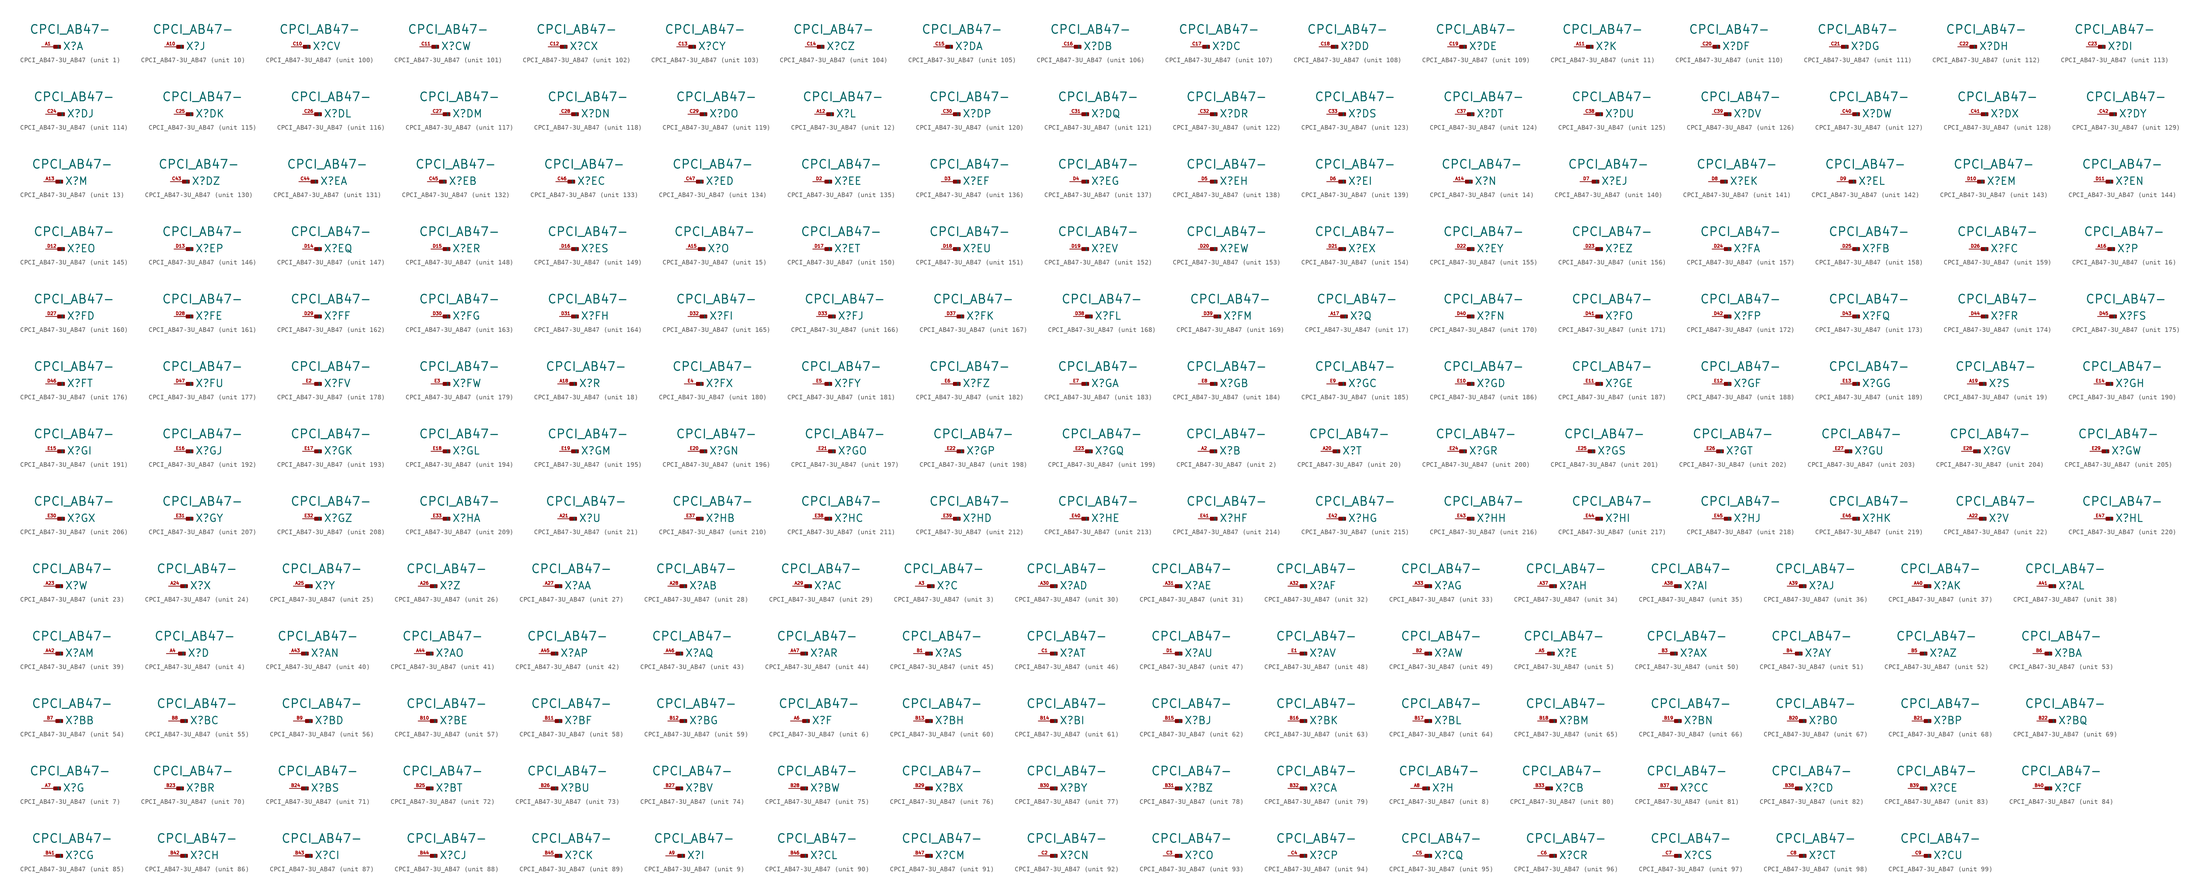
<source format=kicad_sym>
(kicad_symbol_lib
  (version 20220914)
  (generator Eagle2Kicad)
  (symbol "CPCI_AB47-3U_AB47"
    (property "Reference" "X"
      (at 1.778 -0.762 0)
      (effects (font (size 1.524 1.524) (thickness 0.19)) (justify left bottom)))
    (property "Value" "CPCI_AB47-"
      (at -5.08 2.54 0)
      (effects (font (size 1.778 1.778) (thickness 0.22)) (justify left bottom)))
    (symbol "CPCI_AB47-3U_AB47_1_0"
      (rectangle (start 0 -0.254) (end 1.27 0.254) (stroke (width 0.3) (type default)) (fill (type outline)))
      (pin input line (at -2.54 0 0) (length 2.54) (name "1" (effects (font (size 0.635 0.635) (thickness 0.08)) (justify left bottom))) (number "A1" (effects (font (size 0.635 0.635) (thickness 0.08)) (justify left bottom)))))
    (symbol "CPCI_AB47-3U_AB47_2_0"
      (rectangle (start 0 -0.254) (end 1.27 0.254) (stroke (width 0.3) (type default)) (fill (type outline)))
      (pin input line (at -2.54 0 0) (length 2.54) (name "1" (effects (font (size 0.635 0.635) (thickness 0.08)) (justify left bottom))) (number "A2" (effects (font (size 0.635 0.635) (thickness 0.08)) (justify left bottom)))))
    (symbol "CPCI_AB47-3U_AB47_3_0"
      (rectangle (start 0 -0.254) (end 1.27 0.254) (stroke (width 0.3) (type default)) (fill (type outline)))
      (pin input line (at -2.54 0 0) (length 2.54) (name "1" (effects (font (size 0.635 0.635) (thickness 0.08)) (justify left bottom))) (number "A3" (effects (font (size 0.635 0.635) (thickness 0.08)) (justify left bottom)))))
    (symbol "CPCI_AB47-3U_AB47_4_0"
      (rectangle (start 0 -0.254) (end 1.27 0.254) (stroke (width 0.3) (type default)) (fill (type outline)))
      (pin input line (at -2.54 0 0) (length 2.54) (name "1" (effects (font (size 0.635 0.635) (thickness 0.08)) (justify left bottom))) (number "A4" (effects (font (size 0.635 0.635) (thickness 0.08)) (justify left bottom)))))
    (symbol "CPCI_AB47-3U_AB47_5_0"
      (rectangle (start 0 -0.254) (end 1.27 0.254) (stroke (width 0.3) (type default)) (fill (type outline)))
      (pin input line (at -2.54 0 0) (length 2.54) (name "1" (effects (font (size 0.635 0.635) (thickness 0.08)) (justify left bottom))) (number "A5" (effects (font (size 0.635 0.635) (thickness 0.08)) (justify left bottom)))))
    (symbol "CPCI_AB47-3U_AB47_6_0"
      (rectangle (start 0 -0.254) (end 1.27 0.254) (stroke (width 0.3) (type default)) (fill (type outline)))
      (pin input line (at -2.54 0 0) (length 2.54) (name "1" (effects (font (size 0.635 0.635) (thickness 0.08)) (justify left bottom))) (number "A6" (effects (font (size 0.635 0.635) (thickness 0.08)) (justify left bottom)))))
    (symbol "CPCI_AB47-3U_AB47_7_0"
      (rectangle (start 0 -0.254) (end 1.27 0.254) (stroke (width 0.3) (type default)) (fill (type outline)))
      (pin input line (at -2.54 0 0) (length 2.54) (name "1" (effects (font (size 0.635 0.635) (thickness 0.08)) (justify left bottom))) (number "A7" (effects (font (size 0.635 0.635) (thickness 0.08)) (justify left bottom)))))
    (symbol "CPCI_AB47-3U_AB47_8_0"
      (rectangle (start 0 -0.254) (end 1.27 0.254) (stroke (width 0.3) (type default)) (fill (type outline)))
      (pin input line (at -2.54 0 0) (length 2.54) (name "1" (effects (font (size 0.635 0.635) (thickness 0.08)) (justify left bottom))) (number "A8" (effects (font (size 0.635 0.635) (thickness 0.08)) (justify left bottom)))))
    (symbol "CPCI_AB47-3U_AB47_9_0"
      (rectangle (start 0 -0.254) (end 1.27 0.254) (stroke (width 0.3) (type default)) (fill (type outline)))
      (pin input line (at -2.54 0 0) (length 2.54) (name "1" (effects (font (size 0.635 0.635) (thickness 0.08)) (justify left bottom))) (number "A9" (effects (font (size 0.635 0.635) (thickness 0.08)) (justify left bottom)))))
    (symbol "CPCI_AB47-3U_AB47_10_0"
      (rectangle (start 0 -0.254) (end 1.27 0.254) (stroke (width 0.3) (type default)) (fill (type outline)))
      (pin input line (at -2.54 0 0) (length 2.54) (name "1" (effects (font (size 0.635 0.635) (thickness 0.08)) (justify left bottom))) (number "A10" (effects (font (size 0.635 0.635) (thickness 0.08)) (justify left bottom)))))
    (symbol "CPCI_AB47-3U_AB47_11_0"
      (rectangle (start 0 -0.254) (end 1.27 0.254) (stroke (width 0.3) (type default)) (fill (type outline)))
      (pin input line (at -2.54 0 0) (length 2.54) (name "1" (effects (font (size 0.635 0.635) (thickness 0.08)) (justify left bottom))) (number "A11" (effects (font (size 0.635 0.635) (thickness 0.08)) (justify left bottom)))))
    (symbol "CPCI_AB47-3U_AB47_12_0"
      (rectangle (start 0 -0.254) (end 1.27 0.254) (stroke (width 0.3) (type default)) (fill (type outline)))
      (pin input line (at -2.54 0 0) (length 2.54) (name "1" (effects (font (size 0.635 0.635) (thickness 0.08)) (justify left bottom))) (number "A12" (effects (font (size 0.635 0.635) (thickness 0.08)) (justify left bottom)))))
    (symbol "CPCI_AB47-3U_AB47_13_0"
      (rectangle (start 0 -0.254) (end 1.27 0.254) (stroke (width 0.3) (type default)) (fill (type outline)))
      (pin input line (at -2.54 0 0) (length 2.54) (name "1" (effects (font (size 0.635 0.635) (thickness 0.08)) (justify left bottom))) (number "A13" (effects (font (size 0.635 0.635) (thickness 0.08)) (justify left bottom)))))
    (symbol "CPCI_AB47-3U_AB47_14_0"
      (rectangle (start 0 -0.254) (end 1.27 0.254) (stroke (width 0.3) (type default)) (fill (type outline)))
      (pin input line (at -2.54 0 0) (length 2.54) (name "1" (effects (font (size 0.635 0.635) (thickness 0.08)) (justify left bottom))) (number "A14" (effects (font (size 0.635 0.635) (thickness 0.08)) (justify left bottom)))))
    (symbol "CPCI_AB47-3U_AB47_15_0"
      (rectangle (start 0 -0.254) (end 1.27 0.254) (stroke (width 0.3) (type default)) (fill (type outline)))
      (pin input line (at -2.54 0 0) (length 2.54) (name "1" (effects (font (size 0.635 0.635) (thickness 0.08)) (justify left bottom))) (number "A15" (effects (font (size 0.635 0.635) (thickness 0.08)) (justify left bottom)))))
    (symbol "CPCI_AB47-3U_AB47_16_0"
      (rectangle (start 0 -0.254) (end 1.27 0.254) (stroke (width 0.3) (type default)) (fill (type outline)))
      (pin input line (at -2.54 0 0) (length 2.54) (name "1" (effects (font (size 0.635 0.635) (thickness 0.08)) (justify left bottom))) (number "A16" (effects (font (size 0.635 0.635) (thickness 0.08)) (justify left bottom)))))
    (symbol "CPCI_AB47-3U_AB47_17_0"
      (rectangle (start 0 -0.254) (end 1.27 0.254) (stroke (width 0.3) (type default)) (fill (type outline)))
      (pin input line (at -2.54 0 0) (length 2.54) (name "1" (effects (font (size 0.635 0.635) (thickness 0.08)) (justify left bottom))) (number "A17" (effects (font (size 0.635 0.635) (thickness 0.08)) (justify left bottom)))))
    (symbol "CPCI_AB47-3U_AB47_18_0"
      (rectangle (start 0 -0.254) (end 1.27 0.254) (stroke (width 0.3) (type default)) (fill (type outline)))
      (pin input line (at -2.54 0 0) (length 2.54) (name "1" (effects (font (size 0.635 0.635) (thickness 0.08)) (justify left bottom))) (number "A18" (effects (font (size 0.635 0.635) (thickness 0.08)) (justify left bottom)))))
    (symbol "CPCI_AB47-3U_AB47_19_0"
      (rectangle (start 0 -0.254) (end 1.27 0.254) (stroke (width 0.3) (type default)) (fill (type outline)))
      (pin input line (at -2.54 0 0) (length 2.54) (name "1" (effects (font (size 0.635 0.635) (thickness 0.08)) (justify left bottom))) (number "A19" (effects (font (size 0.635 0.635) (thickness 0.08)) (justify left bottom)))))
    (symbol "CPCI_AB47-3U_AB47_20_0"
      (rectangle (start 0 -0.254) (end 1.27 0.254) (stroke (width 0.3) (type default)) (fill (type outline)))
      (pin input line (at -2.54 0 0) (length 2.54) (name "1" (effects (font (size 0.635 0.635) (thickness 0.08)) (justify left bottom))) (number "A20" (effects (font (size 0.635 0.635) (thickness 0.08)) (justify left bottom)))))
    (symbol "CPCI_AB47-3U_AB47_21_0"
      (rectangle (start 0 -0.254) (end 1.27 0.254) (stroke (width 0.3) (type default)) (fill (type outline)))
      (pin input line (at -2.54 0 0) (length 2.54) (name "1" (effects (font (size 0.635 0.635) (thickness 0.08)) (justify left bottom))) (number "A21" (effects (font (size 0.635 0.635) (thickness 0.08)) (justify left bottom)))))
    (symbol "CPCI_AB47-3U_AB47_22_0"
      (rectangle (start 0 -0.254) (end 1.27 0.254) (stroke (width 0.3) (type default)) (fill (type outline)))
      (pin input line (at -2.54 0 0) (length 2.54) (name "1" (effects (font (size 0.635 0.635) (thickness 0.08)) (justify left bottom))) (number "A22" (effects (font (size 0.635 0.635) (thickness 0.08)) (justify left bottom)))))
    (symbol "CPCI_AB47-3U_AB47_23_0"
      (rectangle (start 0 -0.254) (end 1.27 0.254) (stroke (width 0.3) (type default)) (fill (type outline)))
      (pin input line (at -2.54 0 0) (length 2.54) (name "1" (effects (font (size 0.635 0.635) (thickness 0.08)) (justify left bottom))) (number "A23" (effects (font (size 0.635 0.635) (thickness 0.08)) (justify left bottom)))))
    (symbol "CPCI_AB47-3U_AB47_24_0"
      (rectangle (start 0 -0.254) (end 1.27 0.254) (stroke (width 0.3) (type default)) (fill (type outline)))
      (pin input line (at -2.54 0 0) (length 2.54) (name "1" (effects (font (size 0.635 0.635) (thickness 0.08)) (justify left bottom))) (number "A24" (effects (font (size 0.635 0.635) (thickness 0.08)) (justify left bottom)))))
    (symbol "CPCI_AB47-3U_AB47_25_0"
      (rectangle (start 0 -0.254) (end 1.27 0.254) (stroke (width 0.3) (type default)) (fill (type outline)))
      (pin input line (at -2.54 0 0) (length 2.54) (name "1" (effects (font (size 0.635 0.635) (thickness 0.08)) (justify left bottom))) (number "A25" (effects (font (size 0.635 0.635) (thickness 0.08)) (justify left bottom)))))
    (symbol "CPCI_AB47-3U_AB47_26_0"
      (rectangle (start 0 -0.254) (end 1.27 0.254) (stroke (width 0.3) (type default)) (fill (type outline)))
      (pin input line (at -2.54 0 0) (length 2.54) (name "1" (effects (font (size 0.635 0.635) (thickness 0.08)) (justify left bottom))) (number "A26" (effects (font (size 0.635 0.635) (thickness 0.08)) (justify left bottom)))))
    (symbol "CPCI_AB47-3U_AB47_27_0"
      (rectangle (start 0 -0.254) (end 1.27 0.254) (stroke (width 0.3) (type default)) (fill (type outline)))
      (pin input line (at -2.54 0 0) (length 2.54) (name "1" (effects (font (size 0.635 0.635) (thickness 0.08)) (justify left bottom))) (number "A27" (effects (font (size 0.635 0.635) (thickness 0.08)) (justify left bottom)))))
    (symbol "CPCI_AB47-3U_AB47_28_0"
      (rectangle (start 0 -0.254) (end 1.27 0.254) (stroke (width 0.3) (type default)) (fill (type outline)))
      (pin input line (at -2.54 0 0) (length 2.54) (name "1" (effects (font (size 0.635 0.635) (thickness 0.08)) (justify left bottom))) (number "A28" (effects (font (size 0.635 0.635) (thickness 0.08)) (justify left bottom)))))
    (symbol "CPCI_AB47-3U_AB47_29_0"
      (rectangle (start 0 -0.254) (end 1.27 0.254) (stroke (width 0.3) (type default)) (fill (type outline)))
      (pin input line (at -2.54 0 0) (length 2.54) (name "1" (effects (font (size 0.635 0.635) (thickness 0.08)) (justify left bottom))) (number "A29" (effects (font (size 0.635 0.635) (thickness 0.08)) (justify left bottom)))))
    (symbol "CPCI_AB47-3U_AB47_30_0"
      (rectangle (start 0 -0.254) (end 1.27 0.254) (stroke (width 0.3) (type default)) (fill (type outline)))
      (pin input line (at -2.54 0 0) (length 2.54) (name "1" (effects (font (size 0.635 0.635) (thickness 0.08)) (justify left bottom))) (number "A30" (effects (font (size 0.635 0.635) (thickness 0.08)) (justify left bottom)))))
    (symbol "CPCI_AB47-3U_AB47_31_0"
      (rectangle (start 0 -0.254) (end 1.27 0.254) (stroke (width 0.3) (type default)) (fill (type outline)))
      (pin input line (at -2.54 0 0) (length 2.54) (name "1" (effects (font (size 0.635 0.635) (thickness 0.08)) (justify left bottom))) (number "A31" (effects (font (size 0.635 0.635) (thickness 0.08)) (justify left bottom)))))
    (symbol "CPCI_AB47-3U_AB47_32_0"
      (rectangle (start 0 -0.254) (end 1.27 0.254) (stroke (width 0.3) (type default)) (fill (type outline)))
      (pin input line (at -2.54 0 0) (length 2.54) (name "1" (effects (font (size 0.635 0.635) (thickness 0.08)) (justify left bottom))) (number "A32" (effects (font (size 0.635 0.635) (thickness 0.08)) (justify left bottom)))))
    (symbol "CPCI_AB47-3U_AB47_33_0"
      (rectangle (start 0 -0.254) (end 1.27 0.254) (stroke (width 0.3) (type default)) (fill (type outline)))
      (pin input line (at -2.54 0 0) (length 2.54) (name "1" (effects (font (size 0.635 0.635) (thickness 0.08)) (justify left bottom))) (number "A33" (effects (font (size 0.635 0.635) (thickness 0.08)) (justify left bottom)))))
    (symbol "CPCI_AB47-3U_AB47_34_0"
      (rectangle (start 0 -0.254) (end 1.27 0.254) (stroke (width 0.3) (type default)) (fill (type outline)))
      (pin input line (at -2.54 0 0) (length 2.54) (name "1" (effects (font (size 0.635 0.635) (thickness 0.08)) (justify left bottom))) (number "A37" (effects (font (size 0.635 0.635) (thickness 0.08)) (justify left bottom)))))
    (symbol "CPCI_AB47-3U_AB47_35_0"
      (rectangle (start 0 -0.254) (end 1.27 0.254) (stroke (width 0.3) (type default)) (fill (type outline)))
      (pin input line (at -2.54 0 0) (length 2.54) (name "1" (effects (font (size 0.635 0.635) (thickness 0.08)) (justify left bottom))) (number "A38" (effects (font (size 0.635 0.635) (thickness 0.08)) (justify left bottom)))))
    (symbol "CPCI_AB47-3U_AB47_36_0"
      (rectangle (start 0 -0.254) (end 1.27 0.254) (stroke (width 0.3) (type default)) (fill (type outline)))
      (pin input line (at -2.54 0 0) (length 2.54) (name "1" (effects (font (size 0.635 0.635) (thickness 0.08)) (justify left bottom))) (number "A39" (effects (font (size 0.635 0.635) (thickness 0.08)) (justify left bottom)))))
    (symbol "CPCI_AB47-3U_AB47_37_0"
      (rectangle (start 0 -0.254) (end 1.27 0.254) (stroke (width 0.3) (type default)) (fill (type outline)))
      (pin input line (at -2.54 0 0) (length 2.54) (name "1" (effects (font (size 0.635 0.635) (thickness 0.08)) (justify left bottom))) (number "A40" (effects (font (size 0.635 0.635) (thickness 0.08)) (justify left bottom)))))
    (symbol "CPCI_AB47-3U_AB47_38_0"
      (rectangle (start 0 -0.254) (end 1.27 0.254) (stroke (width 0.3) (type default)) (fill (type outline)))
      (pin input line (at -2.54 0 0) (length 2.54) (name "1" (effects (font (size 0.635 0.635) (thickness 0.08)) (justify left bottom))) (number "A41" (effects (font (size 0.635 0.635) (thickness 0.08)) (justify left bottom)))))
    (symbol "CPCI_AB47-3U_AB47_39_0"
      (rectangle (start 0 -0.254) (end 1.27 0.254) (stroke (width 0.3) (type default)) (fill (type outline)))
      (pin input line (at -2.54 0 0) (length 2.54) (name "1" (effects (font (size 0.635 0.635) (thickness 0.08)) (justify left bottom))) (number "A42" (effects (font (size 0.635 0.635) (thickness 0.08)) (justify left bottom)))))
    (symbol "CPCI_AB47-3U_AB47_40_0"
      (rectangle (start 0 -0.254) (end 1.27 0.254) (stroke (width 0.3) (type default)) (fill (type outline)))
      (pin input line (at -2.54 0 0) (length 2.54) (name "1" (effects (font (size 0.635 0.635) (thickness 0.08)) (justify left bottom))) (number "A43" (effects (font (size 0.635 0.635) (thickness 0.08)) (justify left bottom)))))
    (symbol "CPCI_AB47-3U_AB47_41_0"
      (rectangle (start 0 -0.254) (end 1.27 0.254) (stroke (width 0.3) (type default)) (fill (type outline)))
      (pin input line (at -2.54 0 0) (length 2.54) (name "1" (effects (font (size 0.635 0.635) (thickness 0.08)) (justify left bottom))) (number "A44" (effects (font (size 0.635 0.635) (thickness 0.08)) (justify left bottom)))))
    (symbol "CPCI_AB47-3U_AB47_42_0"
      (rectangle (start 0 -0.254) (end 1.27 0.254) (stroke (width 0.3) (type default)) (fill (type outline)))
      (pin input line (at -2.54 0 0) (length 2.54) (name "1" (effects (font (size 0.635 0.635) (thickness 0.08)) (justify left bottom))) (number "A45" (effects (font (size 0.635 0.635) (thickness 0.08)) (justify left bottom)))))
    (symbol "CPCI_AB47-3U_AB47_43_0"
      (rectangle (start 0 -0.254) (end 1.27 0.254) (stroke (width 0.3) (type default)) (fill (type outline)))
      (pin input line (at -2.54 0 0) (length 2.54) (name "1" (effects (font (size 0.635 0.635) (thickness 0.08)) (justify left bottom))) (number "A46" (effects (font (size 0.635 0.635) (thickness 0.08)) (justify left bottom)))))
    (symbol "CPCI_AB47-3U_AB47_44_0"
      (rectangle (start 0 -0.254) (end 1.27 0.254) (stroke (width 0.3) (type default)) (fill (type outline)))
      (pin input line (at -2.54 0 0) (length 2.54) (name "1" (effects (font (size 0.635 0.635) (thickness 0.08)) (justify left bottom))) (number "A47" (effects (font (size 0.635 0.635) (thickness 0.08)) (justify left bottom)))))
    (symbol "CPCI_AB47-3U_AB47_45_0"
      (rectangle (start 0 -0.254) (end 1.27 0.254) (stroke (width 0.3) (type default)) (fill (type outline)))
      (pin input line (at -2.54 0 0) (length 2.54) (name "1" (effects (font (size 0.635 0.635) (thickness 0.08)) (justify left bottom))) (number "B1" (effects (font (size 0.635 0.635) (thickness 0.08)) (justify left bottom)))))
    (symbol "CPCI_AB47-3U_AB47_46_0"
      (rectangle (start 0 -0.254) (end 1.27 0.254) (stroke (width 0.3) (type default)) (fill (type outline)))
      (pin input line (at -2.54 0 0) (length 2.54) (name "1" (effects (font (size 0.635 0.635) (thickness 0.08)) (justify left bottom))) (number "C1" (effects (font (size 0.635 0.635) (thickness 0.08)) (justify left bottom)))))
    (symbol "CPCI_AB47-3U_AB47_47_0"
      (rectangle (start 0 -0.254) (end 1.27 0.254) (stroke (width 0.3) (type default)) (fill (type outline)))
      (pin input line (at -2.54 0 0) (length 2.54) (name "1" (effects (font (size 0.635 0.635) (thickness 0.08)) (justify left bottom))) (number "D1" (effects (font (size 0.635 0.635) (thickness 0.08)) (justify left bottom)))))
    (symbol "CPCI_AB47-3U_AB47_48_0"
      (rectangle (start 0 -0.254) (end 1.27 0.254) (stroke (width 0.3) (type default)) (fill (type outline)))
      (pin input line (at -2.54 0 0) (length 2.54) (name "1" (effects (font (size 0.635 0.635) (thickness 0.08)) (justify left bottom))) (number "E1" (effects (font (size 0.635 0.635) (thickness 0.08)) (justify left bottom)))))
    (symbol "CPCI_AB47-3U_AB47_49_0"
      (rectangle (start 0 -0.254) (end 1.27 0.254) (stroke (width 0.3) (type default)) (fill (type outline)))
      (pin input line (at -2.54 0 0) (length 2.54) (name "1" (effects (font (size 0.635 0.635) (thickness 0.08)) (justify left bottom))) (number "B2" (effects (font (size 0.635 0.635) (thickness 0.08)) (justify left bottom)))))
    (symbol "CPCI_AB47-3U_AB47_50_0"
      (rectangle (start 0 -0.254) (end 1.27 0.254) (stroke (width 0.3) (type default)) (fill (type outline)))
      (pin input line (at -2.54 0 0) (length 2.54) (name "1" (effects (font (size 0.635 0.635) (thickness 0.08)) (justify left bottom))) (number "B3" (effects (font (size 0.635 0.635) (thickness 0.08)) (justify left bottom)))))
    (symbol "CPCI_AB47-3U_AB47_51_0"
      (rectangle (start 0 -0.254) (end 1.27 0.254) (stroke (width 0.3) (type default)) (fill (type outline)))
      (pin input line (at -2.54 0 0) (length 2.54) (name "1" (effects (font (size 0.635 0.635) (thickness 0.08)) (justify left bottom))) (number "B4" (effects (font (size 0.635 0.635) (thickness 0.08)) (justify left bottom)))))
    (symbol "CPCI_AB47-3U_AB47_52_0"
      (rectangle (start 0 -0.254) (end 1.27 0.254) (stroke (width 0.3) (type default)) (fill (type outline)))
      (pin input line (at -2.54 0 0) (length 2.54) (name "1" (effects (font (size 0.635 0.635) (thickness 0.08)) (justify left bottom))) (number "B5" (effects (font (size 0.635 0.635) (thickness 0.08)) (justify left bottom)))))
    (symbol "CPCI_AB47-3U_AB47_53_0"
      (rectangle (start 0 -0.254) (end 1.27 0.254) (stroke (width 0.3) (type default)) (fill (type outline)))
      (pin input line (at -2.54 0 0) (length 2.54) (name "1" (effects (font (size 0.635 0.635) (thickness 0.08)) (justify left bottom))) (number "B6" (effects (font (size 0.635 0.635) (thickness 0.08)) (justify left bottom)))))
    (symbol "CPCI_AB47-3U_AB47_54_0"
      (rectangle (start 0 -0.254) (end 1.27 0.254) (stroke (width 0.3) (type default)) (fill (type outline)))
      (pin input line (at -2.54 0 0) (length 2.54) (name "1" (effects (font (size 0.635 0.635) (thickness 0.08)) (justify left bottom))) (number "B7" (effects (font (size 0.635 0.635) (thickness 0.08)) (justify left bottom)))))
    (symbol "CPCI_AB47-3U_AB47_55_0"
      (rectangle (start 0 -0.254) (end 1.27 0.254) (stroke (width 0.3) (type default)) (fill (type outline)))
      (pin input line (at -2.54 0 0) (length 2.54) (name "1" (effects (font (size 0.635 0.635) (thickness 0.08)) (justify left bottom))) (number "B8" (effects (font (size 0.635 0.635) (thickness 0.08)) (justify left bottom)))))
    (symbol "CPCI_AB47-3U_AB47_56_0"
      (rectangle (start 0 -0.254) (end 1.27 0.254) (stroke (width 0.3) (type default)) (fill (type outline)))
      (pin input line (at -2.54 0 0) (length 2.54) (name "1" (effects (font (size 0.635 0.635) (thickness 0.08)) (justify left bottom))) (number "B9" (effects (font (size 0.635 0.635) (thickness 0.08)) (justify left bottom)))))
    (symbol "CPCI_AB47-3U_AB47_57_0"
      (rectangle (start 0 -0.254) (end 1.27 0.254) (stroke (width 0.3) (type default)) (fill (type outline)))
      (pin input line (at -2.54 0 0) (length 2.54) (name "1" (effects (font (size 0.635 0.635) (thickness 0.08)) (justify left bottom))) (number "B10" (effects (font (size 0.635 0.635) (thickness 0.08)) (justify left bottom)))))
    (symbol "CPCI_AB47-3U_AB47_58_0"
      (rectangle (start 0 -0.254) (end 1.27 0.254) (stroke (width 0.3) (type default)) (fill (type outline)))
      (pin input line (at -2.54 0 0) (length 2.54) (name "1" (effects (font (size 0.635 0.635) (thickness 0.08)) (justify left bottom))) (number "B11" (effects (font (size 0.635 0.635) (thickness 0.08)) (justify left bottom)))))
    (symbol "CPCI_AB47-3U_AB47_59_0"
      (rectangle (start 0 -0.254) (end 1.27 0.254) (stroke (width 0.3) (type default)) (fill (type outline)))
      (pin input line (at -2.54 0 0) (length 2.54) (name "1" (effects (font (size 0.635 0.635) (thickness 0.08)) (justify left bottom))) (number "B12" (effects (font (size 0.635 0.635) (thickness 0.08)) (justify left bottom)))))
    (symbol "CPCI_AB47-3U_AB47_60_0"
      (rectangle (start 0 -0.254) (end 1.27 0.254) (stroke (width 0.3) (type default)) (fill (type outline)))
      (pin input line (at -2.54 0 0) (length 2.54) (name "1" (effects (font (size 0.635 0.635) (thickness 0.08)) (justify left bottom))) (number "B13" (effects (font (size 0.635 0.635) (thickness 0.08)) (justify left bottom)))))
    (symbol "CPCI_AB47-3U_AB47_61_0"
      (rectangle (start 0 -0.254) (end 1.27 0.254) (stroke (width 0.3) (type default)) (fill (type outline)))
      (pin input line (at -2.54 0 0) (length 2.54) (name "1" (effects (font (size 0.635 0.635) (thickness 0.08)) (justify left bottom))) (number "B14" (effects (font (size 0.635 0.635) (thickness 0.08)) (justify left bottom)))))
    (symbol "CPCI_AB47-3U_AB47_62_0"
      (rectangle (start 0 -0.254) (end 1.27 0.254) (stroke (width 0.3) (type default)) (fill (type outline)))
      (pin input line (at -2.54 0 0) (length 2.54) (name "1" (effects (font (size 0.635 0.635) (thickness 0.08)) (justify left bottom))) (number "B15" (effects (font (size 0.635 0.635) (thickness 0.08)) (justify left bottom)))))
    (symbol "CPCI_AB47-3U_AB47_63_0"
      (rectangle (start 0 -0.254) (end 1.27 0.254) (stroke (width 0.3) (type default)) (fill (type outline)))
      (pin input line (at -2.54 0 0) (length 2.54) (name "1" (effects (font (size 0.635 0.635) (thickness 0.08)) (justify left bottom))) (number "B16" (effects (font (size 0.635 0.635) (thickness 0.08)) (justify left bottom)))))
    (symbol "CPCI_AB47-3U_AB47_64_0"
      (rectangle (start 0 -0.254) (end 1.27 0.254) (stroke (width 0.3) (type default)) (fill (type outline)))
      (pin input line (at -2.54 0 0) (length 2.54) (name "1" (effects (font (size 0.635 0.635) (thickness 0.08)) (justify left bottom))) (number "B17" (effects (font (size 0.635 0.635) (thickness 0.08)) (justify left bottom)))))
    (symbol "CPCI_AB47-3U_AB47_65_0"
      (rectangle (start 0 -0.254) (end 1.27 0.254) (stroke (width 0.3) (type default)) (fill (type outline)))
      (pin input line (at -2.54 0 0) (length 2.54) (name "1" (effects (font (size 0.635 0.635) (thickness 0.08)) (justify left bottom))) (number "B18" (effects (font (size 0.635 0.635) (thickness 0.08)) (justify left bottom)))))
    (symbol "CPCI_AB47-3U_AB47_66_0"
      (rectangle (start 0 -0.254) (end 1.27 0.254) (stroke (width 0.3) (type default)) (fill (type outline)))
      (pin input line (at -2.54 0 0) (length 2.54) (name "1" (effects (font (size 0.635 0.635) (thickness 0.08)) (justify left bottom))) (number "B19" (effects (font (size 0.635 0.635) (thickness 0.08)) (justify left bottom)))))
    (symbol "CPCI_AB47-3U_AB47_67_0"
      (rectangle (start 0 -0.254) (end 1.27 0.254) (stroke (width 0.3) (type default)) (fill (type outline)))
      (pin input line (at -2.54 0 0) (length 2.54) (name "1" (effects (font (size 0.635 0.635) (thickness 0.08)) (justify left bottom))) (number "B20" (effects (font (size 0.635 0.635) (thickness 0.08)) (justify left bottom)))))
    (symbol "CPCI_AB47-3U_AB47_68_0"
      (rectangle (start 0 -0.254) (end 1.27 0.254) (stroke (width 0.3) (type default)) (fill (type outline)))
      (pin input line (at -2.54 0 0) (length 2.54) (name "1" (effects (font (size 0.635 0.635) (thickness 0.08)) (justify left bottom))) (number "B21" (effects (font (size 0.635 0.635) (thickness 0.08)) (justify left bottom)))))
    (symbol "CPCI_AB47-3U_AB47_69_0"
      (rectangle (start 0 -0.254) (end 1.27 0.254) (stroke (width 0.3) (type default)) (fill (type outline)))
      (pin input line (at -2.54 0 0) (length 2.54) (name "1" (effects (font (size 0.635 0.635) (thickness 0.08)) (justify left bottom))) (number "B22" (effects (font (size 0.635 0.635) (thickness 0.08)) (justify left bottom)))))
    (symbol "CPCI_AB47-3U_AB47_70_0"
      (rectangle (start 0 -0.254) (end 1.27 0.254) (stroke (width 0.3) (type default)) (fill (type outline)))
      (pin input line (at -2.54 0 0) (length 2.54) (name "1" (effects (font (size 0.635 0.635) (thickness 0.08)) (justify left bottom))) (number "B23" (effects (font (size 0.635 0.635) (thickness 0.08)) (justify left bottom)))))
    (symbol "CPCI_AB47-3U_AB47_71_0"
      (rectangle (start 0 -0.254) (end 1.27 0.254) (stroke (width 0.3) (type default)) (fill (type outline)))
      (pin input line (at -2.54 0 0) (length 2.54) (name "1" (effects (font (size 0.635 0.635) (thickness 0.08)) (justify left bottom))) (number "B24" (effects (font (size 0.635 0.635) (thickness 0.08)) (justify left bottom)))))
    (symbol "CPCI_AB47-3U_AB47_72_0"
      (rectangle (start 0 -0.254) (end 1.27 0.254) (stroke (width 0.3) (type default)) (fill (type outline)))
      (pin input line (at -2.54 0 0) (length 2.54) (name "1" (effects (font (size 0.635 0.635) (thickness 0.08)) (justify left bottom))) (number "B25" (effects (font (size 0.635 0.635) (thickness 0.08)) (justify left bottom)))))
    (symbol "CPCI_AB47-3U_AB47_73_0"
      (rectangle (start 0 -0.254) (end 1.27 0.254) (stroke (width 0.3) (type default)) (fill (type outline)))
      (pin input line (at -2.54 0 0) (length 2.54) (name "1" (effects (font (size 0.635 0.635) (thickness 0.08)) (justify left bottom))) (number "B26" (effects (font (size 0.635 0.635) (thickness 0.08)) (justify left bottom)))))
    (symbol "CPCI_AB47-3U_AB47_74_0"
      (rectangle (start 0 -0.254) (end 1.27 0.254) (stroke (width 0.3) (type default)) (fill (type outline)))
      (pin input line (at -2.54 0 0) (length 2.54) (name "1" (effects (font (size 0.635 0.635) (thickness 0.08)) (justify left bottom))) (number "B27" (effects (font (size 0.635 0.635) (thickness 0.08)) (justify left bottom)))))
    (symbol "CPCI_AB47-3U_AB47_75_0"
      (rectangle (start 0 -0.254) (end 1.27 0.254) (stroke (width 0.3) (type default)) (fill (type outline)))
      (pin input line (at -2.54 0 0) (length 2.54) (name "1" (effects (font (size 0.635 0.635) (thickness 0.08)) (justify left bottom))) (number "B28" (effects (font (size 0.635 0.635) (thickness 0.08)) (justify left bottom)))))
    (symbol "CPCI_AB47-3U_AB47_76_0"
      (rectangle (start 0 -0.254) (end 1.27 0.254) (stroke (width 0.3) (type default)) (fill (type outline)))
      (pin input line (at -2.54 0 0) (length 2.54) (name "1" (effects (font (size 0.635 0.635) (thickness 0.08)) (justify left bottom))) (number "B29" (effects (font (size 0.635 0.635) (thickness 0.08)) (justify left bottom)))))
    (symbol "CPCI_AB47-3U_AB47_77_0"
      (rectangle (start 0 -0.254) (end 1.27 0.254) (stroke (width 0.3) (type default)) (fill (type outline)))
      (pin input line (at -2.54 0 0) (length 2.54) (name "1" (effects (font (size 0.635 0.635) (thickness 0.08)) (justify left bottom))) (number "B30" (effects (font (size 0.635 0.635) (thickness 0.08)) (justify left bottom)))))
    (symbol "CPCI_AB47-3U_AB47_78_0"
      (rectangle (start 0 -0.254) (end 1.27 0.254) (stroke (width 0.3) (type default)) (fill (type outline)))
      (pin input line (at -2.54 0 0) (length 2.54) (name "1" (effects (font (size 0.635 0.635) (thickness 0.08)) (justify left bottom))) (number "B31" (effects (font (size 0.635 0.635) (thickness 0.08)) (justify left bottom)))))
    (symbol "CPCI_AB47-3U_AB47_79_0"
      (rectangle (start 0 -0.254) (end 1.27 0.254) (stroke (width 0.3) (type default)) (fill (type outline)))
      (pin input line (at -2.54 0 0) (length 2.54) (name "1" (effects (font (size 0.635 0.635) (thickness 0.08)) (justify left bottom))) (number "B32" (effects (font (size 0.635 0.635) (thickness 0.08)) (justify left bottom)))))
    (symbol "CPCI_AB47-3U_AB47_80_0"
      (rectangle (start 0 -0.254) (end 1.27 0.254) (stroke (width 0.3) (type default)) (fill (type outline)))
      (pin input line (at -2.54 0 0) (length 2.54) (name "1" (effects (font (size 0.635 0.635) (thickness 0.08)) (justify left bottom))) (number "B33" (effects (font (size 0.635 0.635) (thickness 0.08)) (justify left bottom)))))
    (symbol "CPCI_AB47-3U_AB47_81_0"
      (rectangle (start 0 -0.254) (end 1.27 0.254) (stroke (width 0.3) (type default)) (fill (type outline)))
      (pin input line (at -2.54 0 0) (length 2.54) (name "1" (effects (font (size 0.635 0.635) (thickness 0.08)) (justify left bottom))) (number "B37" (effects (font (size 0.635 0.635) (thickness 0.08)) (justify left bottom)))))
    (symbol "CPCI_AB47-3U_AB47_82_0"
      (rectangle (start 0 -0.254) (end 1.27 0.254) (stroke (width 0.3) (type default)) (fill (type outline)))
      (pin input line (at -2.54 0 0) (length 2.54) (name "1" (effects (font (size 0.635 0.635) (thickness 0.08)) (justify left bottom))) (number "B38" (effects (font (size 0.635 0.635) (thickness 0.08)) (justify left bottom)))))
    (symbol "CPCI_AB47-3U_AB47_83_0"
      (rectangle (start 0 -0.254) (end 1.27 0.254) (stroke (width 0.3) (type default)) (fill (type outline)))
      (pin input line (at -2.54 0 0) (length 2.54) (name "1" (effects (font (size 0.635 0.635) (thickness 0.08)) (justify left bottom))) (number "B39" (effects (font (size 0.635 0.635) (thickness 0.08)) (justify left bottom)))))
    (symbol "CPCI_AB47-3U_AB47_84_0"
      (rectangle (start 0 -0.254) (end 1.27 0.254) (stroke (width 0.3) (type default)) (fill (type outline)))
      (pin input line (at -2.54 0 0) (length 2.54) (name "1" (effects (font (size 0.635 0.635) (thickness 0.08)) (justify left bottom))) (number "B40" (effects (font (size 0.635 0.635) (thickness 0.08)) (justify left bottom)))))
    (symbol "CPCI_AB47-3U_AB47_85_0"
      (rectangle (start 0 -0.254) (end 1.27 0.254) (stroke (width 0.3) (type default)) (fill (type outline)))
      (pin input line (at -2.54 0 0) (length 2.54) (name "1" (effects (font (size 0.635 0.635) (thickness 0.08)) (justify left bottom))) (number "B41" (effects (font (size 0.635 0.635) (thickness 0.08)) (justify left bottom)))))
    (symbol "CPCI_AB47-3U_AB47_86_0"
      (rectangle (start 0 -0.254) (end 1.27 0.254) (stroke (width 0.3) (type default)) (fill (type outline)))
      (pin input line (at -2.54 0 0) (length 2.54) (name "1" (effects (font (size 0.635 0.635) (thickness 0.08)) (justify left bottom))) (number "B42" (effects (font (size 0.635 0.635) (thickness 0.08)) (justify left bottom)))))
    (symbol "CPCI_AB47-3U_AB47_87_0"
      (rectangle (start 0 -0.254) (end 1.27 0.254) (stroke (width 0.3) (type default)) (fill (type outline)))
      (pin input line (at -2.54 0 0) (length 2.54) (name "1" (effects (font (size 0.635 0.635) (thickness 0.08)) (justify left bottom))) (number "B43" (effects (font (size 0.635 0.635) (thickness 0.08)) (justify left bottom)))))
    (symbol "CPCI_AB47-3U_AB47_88_0"
      (rectangle (start 0 -0.254) (end 1.27 0.254) (stroke (width 0.3) (type default)) (fill (type outline)))
      (pin input line (at -2.54 0 0) (length 2.54) (name "1" (effects (font (size 0.635 0.635) (thickness 0.08)) (justify left bottom))) (number "B44" (effects (font (size 0.635 0.635) (thickness 0.08)) (justify left bottom)))))
    (symbol "CPCI_AB47-3U_AB47_89_0"
      (rectangle (start 0 -0.254) (end 1.27 0.254) (stroke (width 0.3) (type default)) (fill (type outline)))
      (pin input line (at -2.54 0 0) (length 2.54) (name "1" (effects (font (size 0.635 0.635) (thickness 0.08)) (justify left bottom))) (number "B45" (effects (font (size 0.635 0.635) (thickness 0.08)) (justify left bottom)))))
    (symbol "CPCI_AB47-3U_AB47_90_0"
      (rectangle (start 0 -0.254) (end 1.27 0.254) (stroke (width 0.3) (type default)) (fill (type outline)))
      (pin input line (at -2.54 0 0) (length 2.54) (name "1" (effects (font (size 0.635 0.635) (thickness 0.08)) (justify left bottom))) (number "B46" (effects (font (size 0.635 0.635) (thickness 0.08)) (justify left bottom)))))
    (symbol "CPCI_AB47-3U_AB47_91_0"
      (rectangle (start 0 -0.254) (end 1.27 0.254) (stroke (width 0.3) (type default)) (fill (type outline)))
      (pin input line (at -2.54 0 0) (length 2.54) (name "1" (effects (font (size 0.635 0.635) (thickness 0.08)) (justify left bottom))) (number "B47" (effects (font (size 0.635 0.635) (thickness 0.08)) (justify left bottom)))))
    (symbol "CPCI_AB47-3U_AB47_92_0"
      (rectangle (start 0 -0.254) (end 1.27 0.254) (stroke (width 0.3) (type default)) (fill (type outline)))
      (pin input line (at -2.54 0 0) (length 2.54) (name "1" (effects (font (size 0.635 0.635) (thickness 0.08)) (justify left bottom))) (number "C2" (effects (font (size 0.635 0.635) (thickness 0.08)) (justify left bottom)))))
    (symbol "CPCI_AB47-3U_AB47_93_0"
      (rectangle (start 0 -0.254) (end 1.27 0.254) (stroke (width 0.3) (type default)) (fill (type outline)))
      (pin input line (at -2.54 0 0) (length 2.54) (name "1" (effects (font (size 0.635 0.635) (thickness 0.08)) (justify left bottom))) (number "C3" (effects (font (size 0.635 0.635) (thickness 0.08)) (justify left bottom)))))
    (symbol "CPCI_AB47-3U_AB47_94_0"
      (rectangle (start 0 -0.254) (end 1.27 0.254) (stroke (width 0.3) (type default)) (fill (type outline)))
      (pin input line (at -2.54 0 0) (length 2.54) (name "1" (effects (font (size 0.635 0.635) (thickness 0.08)) (justify left bottom))) (number "C4" (effects (font (size 0.635 0.635) (thickness 0.08)) (justify left bottom)))))
    (symbol "CPCI_AB47-3U_AB47_95_0"
      (rectangle (start 0 -0.254) (end 1.27 0.254) (stroke (width 0.3) (type default)) (fill (type outline)))
      (pin input line (at -2.54 0 0) (length 2.54) (name "1" (effects (font (size 0.635 0.635) (thickness 0.08)) (justify left bottom))) (number "C5" (effects (font (size 0.635 0.635) (thickness 0.08)) (justify left bottom)))))
    (symbol "CPCI_AB47-3U_AB47_96_0"
      (rectangle (start 0 -0.254) (end 1.27 0.254) (stroke (width 0.3) (type default)) (fill (type outline)))
      (pin input line (at -2.54 0 0) (length 2.54) (name "1" (effects (font (size 0.635 0.635) (thickness 0.08)) (justify left bottom))) (number "C6" (effects (font (size 0.635 0.635) (thickness 0.08)) (justify left bottom)))))
    (symbol "CPCI_AB47-3U_AB47_97_0"
      (rectangle (start 0 -0.254) (end 1.27 0.254) (stroke (width 0.3) (type default)) (fill (type outline)))
      (pin input line (at -2.54 0 0) (length 2.54) (name "1" (effects (font (size 0.635 0.635) (thickness 0.08)) (justify left bottom))) (number "C7" (effects (font (size 0.635 0.635) (thickness 0.08)) (justify left bottom)))))
    (symbol "CPCI_AB47-3U_AB47_98_0"
      (rectangle (start 0 -0.254) (end 1.27 0.254) (stroke (width 0.3) (type default)) (fill (type outline)))
      (pin input line (at -2.54 0 0) (length 2.54) (name "1" (effects (font (size 0.635 0.635) (thickness 0.08)) (justify left bottom))) (number "C8" (effects (font (size 0.635 0.635) (thickness 0.08)) (justify left bottom)))))
    (symbol "CPCI_AB47-3U_AB47_99_0"
      (rectangle (start 0 -0.254) (end 1.27 0.254) (stroke (width 0.3) (type default)) (fill (type outline)))
      (pin input line (at -2.54 0 0) (length 2.54) (name "1" (effects (font (size 0.635 0.635) (thickness 0.08)) (justify left bottom))) (number "C9" (effects (font (size 0.635 0.635) (thickness 0.08)) (justify left bottom)))))
    (symbol "CPCI_AB47-3U_AB47_100_0"
      (rectangle (start 0 -0.254) (end 1.27 0.254) (stroke (width 0.3) (type default)) (fill (type outline)))
      (pin input line (at -2.54 0 0) (length 2.54) (name "1" (effects (font (size 0.635 0.635) (thickness 0.08)) (justify left bottom))) (number "C10" (effects (font (size 0.635 0.635) (thickness 0.08)) (justify left bottom)))))
    (symbol "CPCI_AB47-3U_AB47_101_0"
      (rectangle (start 0 -0.254) (end 1.27 0.254) (stroke (width 0.3) (type default)) (fill (type outline)))
      (pin input line (at -2.54 0 0) (length 2.54) (name "1" (effects (font (size 0.635 0.635) (thickness 0.08)) (justify left bottom))) (number "C11" (effects (font (size 0.635 0.635) (thickness 0.08)) (justify left bottom)))))
    (symbol "CPCI_AB47-3U_AB47_102_0"
      (rectangle (start 0 -0.254) (end 1.27 0.254) (stroke (width 0.3) (type default)) (fill (type outline)))
      (pin input line (at -2.54 0 0) (length 2.54) (name "1" (effects (font (size 0.635 0.635) (thickness 0.08)) (justify left bottom))) (number "C12" (effects (font (size 0.635 0.635) (thickness 0.08)) (justify left bottom)))))
    (symbol "CPCI_AB47-3U_AB47_103_0"
      (rectangle (start 0 -0.254) (end 1.27 0.254) (stroke (width 0.3) (type default)) (fill (type outline)))
      (pin input line (at -2.54 0 0) (length 2.54) (name "1" (effects (font (size 0.635 0.635) (thickness 0.08)) (justify left bottom))) (number "C13" (effects (font (size 0.635 0.635) (thickness 0.08)) (justify left bottom)))))
    (symbol "CPCI_AB47-3U_AB47_104_0"
      (rectangle (start 0 -0.254) (end 1.27 0.254) (stroke (width 0.3) (type default)) (fill (type outline)))
      (pin input line (at -2.54 0 0) (length 2.54) (name "1" (effects (font (size 0.635 0.635) (thickness 0.08)) (justify left bottom))) (number "C14" (effects (font (size 0.635 0.635) (thickness 0.08)) (justify left bottom)))))
    (symbol "CPCI_AB47-3U_AB47_105_0"
      (rectangle (start 0 -0.254) (end 1.27 0.254) (stroke (width 0.3) (type default)) (fill (type outline)))
      (pin input line (at -2.54 0 0) (length 2.54) (name "1" (effects (font (size 0.635 0.635) (thickness 0.08)) (justify left bottom))) (number "C15" (effects (font (size 0.635 0.635) (thickness 0.08)) (justify left bottom)))))
    (symbol "CPCI_AB47-3U_AB47_106_0"
      (rectangle (start 0 -0.254) (end 1.27 0.254) (stroke (width 0.3) (type default)) (fill (type outline)))
      (pin input line (at -2.54 0 0) (length 2.54) (name "1" (effects (font (size 0.635 0.635) (thickness 0.08)) (justify left bottom))) (number "C16" (effects (font (size 0.635 0.635) (thickness 0.08)) (justify left bottom)))))
    (symbol "CPCI_AB47-3U_AB47_107_0"
      (rectangle (start 0 -0.254) (end 1.27 0.254) (stroke (width 0.3) (type default)) (fill (type outline)))
      (pin input line (at -2.54 0 0) (length 2.54) (name "1" (effects (font (size 0.635 0.635) (thickness 0.08)) (justify left bottom))) (number "C17" (effects (font (size 0.635 0.635) (thickness 0.08)) (justify left bottom)))))
    (symbol "CPCI_AB47-3U_AB47_108_0"
      (rectangle (start 0 -0.254) (end 1.27 0.254) (stroke (width 0.3) (type default)) (fill (type outline)))
      (pin input line (at -2.54 0 0) (length 2.54) (name "1" (effects (font (size 0.635 0.635) (thickness 0.08)) (justify left bottom))) (number "C18" (effects (font (size 0.635 0.635) (thickness 0.08)) (justify left bottom)))))
    (symbol "CPCI_AB47-3U_AB47_109_0"
      (rectangle (start 0 -0.254) (end 1.27 0.254) (stroke (width 0.3) (type default)) (fill (type outline)))
      (pin input line (at -2.54 0 0) (length 2.54) (name "1" (effects (font (size 0.635 0.635) (thickness 0.08)) (justify left bottom))) (number "C19" (effects (font (size 0.635 0.635) (thickness 0.08)) (justify left bottom)))))
    (symbol "CPCI_AB47-3U_AB47_110_0"
      (rectangle (start 0 -0.254) (end 1.27 0.254) (stroke (width 0.3) (type default)) (fill (type outline)))
      (pin input line (at -2.54 0 0) (length 2.54) (name "1" (effects (font (size 0.635 0.635) (thickness 0.08)) (justify left bottom))) (number "C20" (effects (font (size 0.635 0.635) (thickness 0.08)) (justify left bottom)))))
    (symbol "CPCI_AB47-3U_AB47_111_0"
      (rectangle (start 0 -0.254) (end 1.27 0.254) (stroke (width 0.3) (type default)) (fill (type outline)))
      (pin input line (at -2.54 0 0) (length 2.54) (name "1" (effects (font (size 0.635 0.635) (thickness 0.08)) (justify left bottom))) (number "C21" (effects (font (size 0.635 0.635) (thickness 0.08)) (justify left bottom)))))
    (symbol "CPCI_AB47-3U_AB47_112_0"
      (rectangle (start 0 -0.254) (end 1.27 0.254) (stroke (width 0.3) (type default)) (fill (type outline)))
      (pin input line (at -2.54 0 0) (length 2.54) (name "1" (effects (font (size 0.635 0.635) (thickness 0.08)) (justify left bottom))) (number "C22" (effects (font (size 0.635 0.635) (thickness 0.08)) (justify left bottom)))))
    (symbol "CPCI_AB47-3U_AB47_113_0"
      (rectangle (start 0 -0.254) (end 1.27 0.254) (stroke (width 0.3) (type default)) (fill (type outline)))
      (pin input line (at -2.54 0 0) (length 2.54) (name "1" (effects (font (size 0.635 0.635) (thickness 0.08)) (justify left bottom))) (number "C23" (effects (font (size 0.635 0.635) (thickness 0.08)) (justify left bottom)))))
    (symbol "CPCI_AB47-3U_AB47_114_0"
      (rectangle (start 0 -0.254) (end 1.27 0.254) (stroke (width 0.3) (type default)) (fill (type outline)))
      (pin input line (at -2.54 0 0) (length 2.54) (name "1" (effects (font (size 0.635 0.635) (thickness 0.08)) (justify left bottom))) (number "C24" (effects (font (size 0.635 0.635) (thickness 0.08)) (justify left bottom)))))
    (symbol "CPCI_AB47-3U_AB47_115_0"
      (rectangle (start 0 -0.254) (end 1.27 0.254) (stroke (width 0.3) (type default)) (fill (type outline)))
      (pin input line (at -2.54 0 0) (length 2.54) (name "1" (effects (font (size 0.635 0.635) (thickness 0.08)) (justify left bottom))) (number "C25" (effects (font (size 0.635 0.635) (thickness 0.08)) (justify left bottom)))))
    (symbol "CPCI_AB47-3U_AB47_116_0"
      (rectangle (start 0 -0.254) (end 1.27 0.254) (stroke (width 0.3) (type default)) (fill (type outline)))
      (pin input line (at -2.54 0 0) (length 2.54) (name "1" (effects (font (size 0.635 0.635) (thickness 0.08)) (justify left bottom))) (number "C26" (effects (font (size 0.635 0.635) (thickness 0.08)) (justify left bottom)))))
    (symbol "CPCI_AB47-3U_AB47_117_0"
      (rectangle (start 0 -0.254) (end 1.27 0.254) (stroke (width 0.3) (type default)) (fill (type outline)))
      (pin input line (at -2.54 0 0) (length 2.54) (name "1" (effects (font (size 0.635 0.635) (thickness 0.08)) (justify left bottom))) (number "C27" (effects (font (size 0.635 0.635) (thickness 0.08)) (justify left bottom)))))
    (symbol "CPCI_AB47-3U_AB47_118_0"
      (rectangle (start 0 -0.254) (end 1.27 0.254) (stroke (width 0.3) (type default)) (fill (type outline)))
      (pin input line (at -2.54 0 0) (length 2.54) (name "1" (effects (font (size 0.635 0.635) (thickness 0.08)) (justify left bottom))) (number "C28" (effects (font (size 0.635 0.635) (thickness 0.08)) (justify left bottom)))))
    (symbol "CPCI_AB47-3U_AB47_119_0"
      (rectangle (start 0 -0.254) (end 1.27 0.254) (stroke (width 0.3) (type default)) (fill (type outline)))
      (pin input line (at -2.54 0 0) (length 2.54) (name "1" (effects (font (size 0.635 0.635) (thickness 0.08)) (justify left bottom))) (number "C29" (effects (font (size 0.635 0.635) (thickness 0.08)) (justify left bottom)))))
    (symbol "CPCI_AB47-3U_AB47_120_0"
      (rectangle (start 0 -0.254) (end 1.27 0.254) (stroke (width 0.3) (type default)) (fill (type outline)))
      (pin input line (at -2.54 0 0) (length 2.54) (name "1" (effects (font (size 0.635 0.635) (thickness 0.08)) (justify left bottom))) (number "C30" (effects (font (size 0.635 0.635) (thickness 0.08)) (justify left bottom)))))
    (symbol "CPCI_AB47-3U_AB47_121_0"
      (rectangle (start 0 -0.254) (end 1.27 0.254) (stroke (width 0.3) (type default)) (fill (type outline)))
      (pin input line (at -2.54 0 0) (length 2.54) (name "1" (effects (font (size 0.635 0.635) (thickness 0.08)) (justify left bottom))) (number "C31" (effects (font (size 0.635 0.635) (thickness 0.08)) (justify left bottom)))))
    (symbol "CPCI_AB47-3U_AB47_122_0"
      (rectangle (start 0 -0.254) (end 1.27 0.254) (stroke (width 0.3) (type default)) (fill (type outline)))
      (pin input line (at -2.54 0 0) (length 2.54) (name "1" (effects (font (size 0.635 0.635) (thickness 0.08)) (justify left bottom))) (number "C32" (effects (font (size 0.635 0.635) (thickness 0.08)) (justify left bottom)))))
    (symbol "CPCI_AB47-3U_AB47_123_0"
      (rectangle (start 0 -0.254) (end 1.27 0.254) (stroke (width 0.3) (type default)) (fill (type outline)))
      (pin input line (at -2.54 0 0) (length 2.54) (name "1" (effects (font (size 0.635 0.635) (thickness 0.08)) (justify left bottom))) (number "C33" (effects (font (size 0.635 0.635) (thickness 0.08)) (justify left bottom)))))
    (symbol "CPCI_AB47-3U_AB47_124_0"
      (rectangle (start 0 -0.254) (end 1.27 0.254) (stroke (width 0.3) (type default)) (fill (type outline)))
      (pin input line (at -2.54 0 0) (length 2.54) (name "1" (effects (font (size 0.635 0.635) (thickness 0.08)) (justify left bottom))) (number "C37" (effects (font (size 0.635 0.635) (thickness 0.08)) (justify left bottom)))))
    (symbol "CPCI_AB47-3U_AB47_125_0"
      (rectangle (start 0 -0.254) (end 1.27 0.254) (stroke (width 0.3) (type default)) (fill (type outline)))
      (pin input line (at -2.54 0 0) (length 2.54) (name "1" (effects (font (size 0.635 0.635) (thickness 0.08)) (justify left bottom))) (number "C38" (effects (font (size 0.635 0.635) (thickness 0.08)) (justify left bottom)))))
    (symbol "CPCI_AB47-3U_AB47_126_0"
      (rectangle (start 0 -0.254) (end 1.27 0.254) (stroke (width 0.3) (type default)) (fill (type outline)))
      (pin input line (at -2.54 0 0) (length 2.54) (name "1" (effects (font (size 0.635 0.635) (thickness 0.08)) (justify left bottom))) (number "C39" (effects (font (size 0.635 0.635) (thickness 0.08)) (justify left bottom)))))
    (symbol "CPCI_AB47-3U_AB47_127_0"
      (rectangle (start 0 -0.254) (end 1.27 0.254) (stroke (width 0.3) (type default)) (fill (type outline)))
      (pin input line (at -2.54 0 0) (length 2.54) (name "1" (effects (font (size 0.635 0.635) (thickness 0.08)) (justify left bottom))) (number "C40" (effects (font (size 0.635 0.635) (thickness 0.08)) (justify left bottom)))))
    (symbol "CPCI_AB47-3U_AB47_128_0"
      (rectangle (start 0 -0.254) (end 1.27 0.254) (stroke (width 0.3) (type default)) (fill (type outline)))
      (pin input line (at -2.54 0 0) (length 2.54) (name "1" (effects (font (size 0.635 0.635) (thickness 0.08)) (justify left bottom))) (number "C41" (effects (font (size 0.635 0.635) (thickness 0.08)) (justify left bottom)))))
    (symbol "CPCI_AB47-3U_AB47_129_0"
      (rectangle (start 0 -0.254) (end 1.27 0.254) (stroke (width 0.3) (type default)) (fill (type outline)))
      (pin input line (at -2.54 0 0) (length 2.54) (name "1" (effects (font (size 0.635 0.635) (thickness 0.08)) (justify left bottom))) (number "C42" (effects (font (size 0.635 0.635) (thickness 0.08)) (justify left bottom)))))
    (symbol "CPCI_AB47-3U_AB47_130_0"
      (rectangle (start 0 -0.254) (end 1.27 0.254) (stroke (width 0.3) (type default)) (fill (type outline)))
      (pin input line (at -2.54 0 0) (length 2.54) (name "1" (effects (font (size 0.635 0.635) (thickness 0.08)) (justify left bottom))) (number "C43" (effects (font (size 0.635 0.635) (thickness 0.08)) (justify left bottom)))))
    (symbol "CPCI_AB47-3U_AB47_131_0"
      (rectangle (start 0 -0.254) (end 1.27 0.254) (stroke (width 0.3) (type default)) (fill (type outline)))
      (pin input line (at -2.54 0 0) (length 2.54) (name "1" (effects (font (size 0.635 0.635) (thickness 0.08)) (justify left bottom))) (number "C44" (effects (font (size 0.635 0.635) (thickness 0.08)) (justify left bottom)))))
    (symbol "CPCI_AB47-3U_AB47_132_0"
      (rectangle (start 0 -0.254) (end 1.27 0.254) (stroke (width 0.3) (type default)) (fill (type outline)))
      (pin input line (at -2.54 0 0) (length 2.54) (name "1" (effects (font (size 0.635 0.635) (thickness 0.08)) (justify left bottom))) (number "C45" (effects (font (size 0.635 0.635) (thickness 0.08)) (justify left bottom)))))
    (symbol "CPCI_AB47-3U_AB47_133_0"
      (rectangle (start 0 -0.254) (end 1.27 0.254) (stroke (width 0.3) (type default)) (fill (type outline)))
      (pin input line (at -2.54 0 0) (length 2.54) (name "1" (effects (font (size 0.635 0.635) (thickness 0.08)) (justify left bottom))) (number "C46" (effects (font (size 0.635 0.635) (thickness 0.08)) (justify left bottom)))))
    (symbol "CPCI_AB47-3U_AB47_134_0"
      (rectangle (start 0 -0.254) (end 1.27 0.254) (stroke (width 0.3) (type default)) (fill (type outline)))
      (pin input line (at -2.54 0 0) (length 2.54) (name "1" (effects (font (size 0.635 0.635) (thickness 0.08)) (justify left bottom))) (number "C47" (effects (font (size 0.635 0.635) (thickness 0.08)) (justify left bottom)))))
    (symbol "CPCI_AB47-3U_AB47_135_0"
      (rectangle (start 0 -0.254) (end 1.27 0.254) (stroke (width 0.3) (type default)) (fill (type outline)))
      (pin input line (at -2.54 0 0) (length 2.54) (name "1" (effects (font (size 0.635 0.635) (thickness 0.08)) (justify left bottom))) (number "D2" (effects (font (size 0.635 0.635) (thickness 0.08)) (justify left bottom)))))
    (symbol "CPCI_AB47-3U_AB47_136_0"
      (rectangle (start 0 -0.254) (end 1.27 0.254) (stroke (width 0.3) (type default)) (fill (type outline)))
      (pin input line (at -2.54 0 0) (length 2.54) (name "1" (effects (font (size 0.635 0.635) (thickness 0.08)) (justify left bottom))) (number "D3" (effects (font (size 0.635 0.635) (thickness 0.08)) (justify left bottom)))))
    (symbol "CPCI_AB47-3U_AB47_137_0"
      (rectangle (start 0 -0.254) (end 1.27 0.254) (stroke (width 0.3) (type default)) (fill (type outline)))
      (pin input line (at -2.54 0 0) (length 2.54) (name "1" (effects (font (size 0.635 0.635) (thickness 0.08)) (justify left bottom))) (number "D4" (effects (font (size 0.635 0.635) (thickness 0.08)) (justify left bottom)))))
    (symbol "CPCI_AB47-3U_AB47_138_0"
      (rectangle (start 0 -0.254) (end 1.27 0.254) (stroke (width 0.3) (type default)) (fill (type outline)))
      (pin input line (at -2.54 0 0) (length 2.54) (name "1" (effects (font (size 0.635 0.635) (thickness 0.08)) (justify left bottom))) (number "D5" (effects (font (size 0.635 0.635) (thickness 0.08)) (justify left bottom)))))
    (symbol "CPCI_AB47-3U_AB47_139_0"
      (rectangle (start 0 -0.254) (end 1.27 0.254) (stroke (width 0.3) (type default)) (fill (type outline)))
      (pin input line (at -2.54 0 0) (length 2.54) (name "1" (effects (font (size 0.635 0.635) (thickness 0.08)) (justify left bottom))) (number "D6" (effects (font (size 0.635 0.635) (thickness 0.08)) (justify left bottom)))))
    (symbol "CPCI_AB47-3U_AB47_140_0"
      (rectangle (start 0 -0.254) (end 1.27 0.254) (stroke (width 0.3) (type default)) (fill (type outline)))
      (pin input line (at -2.54 0 0) (length 2.54) (name "1" (effects (font (size 0.635 0.635) (thickness 0.08)) (justify left bottom))) (number "D7" (effects (font (size 0.635 0.635) (thickness 0.08)) (justify left bottom)))))
    (symbol "CPCI_AB47-3U_AB47_141_0"
      (rectangle (start 0 -0.254) (end 1.27 0.254) (stroke (width 0.3) (type default)) (fill (type outline)))
      (pin input line (at -2.54 0 0) (length 2.54) (name "1" (effects (font (size 0.635 0.635) (thickness 0.08)) (justify left bottom))) (number "D8" (effects (font (size 0.635 0.635) (thickness 0.08)) (justify left bottom)))))
    (symbol "CPCI_AB47-3U_AB47_142_0"
      (rectangle (start 0 -0.254) (end 1.27 0.254) (stroke (width 0.3) (type default)) (fill (type outline)))
      (pin input line (at -2.54 0 0) (length 2.54) (name "1" (effects (font (size 0.635 0.635) (thickness 0.08)) (justify left bottom))) (number "D9" (effects (font (size 0.635 0.635) (thickness 0.08)) (justify left bottom)))))
    (symbol "CPCI_AB47-3U_AB47_143_0"
      (rectangle (start 0 -0.254) (end 1.27 0.254) (stroke (width 0.3) (type default)) (fill (type outline)))
      (pin input line (at -2.54 0 0) (length 2.54) (name "1" (effects (font (size 0.635 0.635) (thickness 0.08)) (justify left bottom))) (number "D10" (effects (font (size 0.635 0.635) (thickness 0.08)) (justify left bottom)))))
    (symbol "CPCI_AB47-3U_AB47_144_0"
      (rectangle (start 0 -0.254) (end 1.27 0.254) (stroke (width 0.3) (type default)) (fill (type outline)))
      (pin input line (at -2.54 0 0) (length 2.54) (name "1" (effects (font (size 0.635 0.635) (thickness 0.08)) (justify left bottom))) (number "D11" (effects (font (size 0.635 0.635) (thickness 0.08)) (justify left bottom)))))
    (symbol "CPCI_AB47-3U_AB47_145_0"
      (rectangle (start 0 -0.254) (end 1.27 0.254) (stroke (width 0.3) (type default)) (fill (type outline)))
      (pin input line (at -2.54 0 0) (length 2.54) (name "1" (effects (font (size 0.635 0.635) (thickness 0.08)) (justify left bottom))) (number "D12" (effects (font (size 0.635 0.635) (thickness 0.08)) (justify left bottom)))))
    (symbol "CPCI_AB47-3U_AB47_146_0"
      (rectangle (start 0 -0.254) (end 1.27 0.254) (stroke (width 0.3) (type default)) (fill (type outline)))
      (pin input line (at -2.54 0 0) (length 2.54) (name "1" (effects (font (size 0.635 0.635) (thickness 0.08)) (justify left bottom))) (number "D13" (effects (font (size 0.635 0.635) (thickness 0.08)) (justify left bottom)))))
    (symbol "CPCI_AB47-3U_AB47_147_0"
      (rectangle (start 0 -0.254) (end 1.27 0.254) (stroke (width 0.3) (type default)) (fill (type outline)))
      (pin input line (at -2.54 0 0) (length 2.54) (name "1" (effects (font (size 0.635 0.635) (thickness 0.08)) (justify left bottom))) (number "D14" (effects (font (size 0.635 0.635) (thickness 0.08)) (justify left bottom)))))
    (symbol "CPCI_AB47-3U_AB47_148_0"
      (rectangle (start 0 -0.254) (end 1.27 0.254) (stroke (width 0.3) (type default)) (fill (type outline)))
      (pin input line (at -2.54 0 0) (length 2.54) (name "1" (effects (font (size 0.635 0.635) (thickness 0.08)) (justify left bottom))) (number "D15" (effects (font (size 0.635 0.635) (thickness 0.08)) (justify left bottom)))))
    (symbol "CPCI_AB47-3U_AB47_149_0"
      (rectangle (start 0 -0.254) (end 1.27 0.254) (stroke (width 0.3) (type default)) (fill (type outline)))
      (pin input line (at -2.54 0 0) (length 2.54) (name "1" (effects (font (size 0.635 0.635) (thickness 0.08)) (justify left bottom))) (number "D16" (effects (font (size 0.635 0.635) (thickness 0.08)) (justify left bottom)))))
    (symbol "CPCI_AB47-3U_AB47_150_0"
      (rectangle (start 0 -0.254) (end 1.27 0.254) (stroke (width 0.3) (type default)) (fill (type outline)))
      (pin input line (at -2.54 0 0) (length 2.54) (name "1" (effects (font (size 0.635 0.635) (thickness 0.08)) (justify left bottom))) (number "D17" (effects (font (size 0.635 0.635) (thickness 0.08)) (justify left bottom)))))
    (symbol "CPCI_AB47-3U_AB47_151_0"
      (rectangle (start 0 -0.254) (end 1.27 0.254) (stroke (width 0.3) (type default)) (fill (type outline)))
      (pin input line (at -2.54 0 0) (length 2.54) (name "1" (effects (font (size 0.635 0.635) (thickness 0.08)) (justify left bottom))) (number "D18" (effects (font (size 0.635 0.635) (thickness 0.08)) (justify left bottom)))))
    (symbol "CPCI_AB47-3U_AB47_152_0"
      (rectangle (start 0 -0.254) (end 1.27 0.254) (stroke (width 0.3) (type default)) (fill (type outline)))
      (pin input line (at -2.54 0 0) (length 2.54) (name "1" (effects (font (size 0.635 0.635) (thickness 0.08)) (justify left bottom))) (number "D19" (effects (font (size 0.635 0.635) (thickness 0.08)) (justify left bottom)))))
    (symbol "CPCI_AB47-3U_AB47_153_0"
      (rectangle (start 0 -0.254) (end 1.27 0.254) (stroke (width 0.3) (type default)) (fill (type outline)))
      (pin input line (at -2.54 0 0) (length 2.54) (name "1" (effects (font (size 0.635 0.635) (thickness 0.08)) (justify left bottom))) (number "D20" (effects (font (size 0.635 0.635) (thickness 0.08)) (justify left bottom)))))
    (symbol "CPCI_AB47-3U_AB47_154_0"
      (rectangle (start 0 -0.254) (end 1.27 0.254) (stroke (width 0.3) (type default)) (fill (type outline)))
      (pin input line (at -2.54 0 0) (length 2.54) (name "1" (effects (font (size 0.635 0.635) (thickness 0.08)) (justify left bottom))) (number "D21" (effects (font (size 0.635 0.635) (thickness 0.08)) (justify left bottom)))))
    (symbol "CPCI_AB47-3U_AB47_155_0"
      (rectangle (start 0 -0.254) (end 1.27 0.254) (stroke (width 0.3) (type default)) (fill (type outline)))
      (pin input line (at -2.54 0 0) (length 2.54) (name "1" (effects (font (size 0.635 0.635) (thickness 0.08)) (justify left bottom))) (number "D22" (effects (font (size 0.635 0.635) (thickness 0.08)) (justify left bottom)))))
    (symbol "CPCI_AB47-3U_AB47_156_0"
      (rectangle (start 0 -0.254) (end 1.27 0.254) (stroke (width 0.3) (type default)) (fill (type outline)))
      (pin input line (at -2.54 0 0) (length 2.54) (name "1" (effects (font (size 0.635 0.635) (thickness 0.08)) (justify left bottom))) (number "D23" (effects (font (size 0.635 0.635) (thickness 0.08)) (justify left bottom)))))
    (symbol "CPCI_AB47-3U_AB47_157_0"
      (rectangle (start 0 -0.254) (end 1.27 0.254) (stroke (width 0.3) (type default)) (fill (type outline)))
      (pin input line (at -2.54 0 0) (length 2.54) (name "1" (effects (font (size 0.635 0.635) (thickness 0.08)) (justify left bottom))) (number "D24" (effects (font (size 0.635 0.635) (thickness 0.08)) (justify left bottom)))))
    (symbol "CPCI_AB47-3U_AB47_158_0"
      (rectangle (start 0 -0.254) (end 1.27 0.254) (stroke (width 0.3) (type default)) (fill (type outline)))
      (pin input line (at -2.54 0 0) (length 2.54) (name "1" (effects (font (size 0.635 0.635) (thickness 0.08)) (justify left bottom))) (number "D25" (effects (font (size 0.635 0.635) (thickness 0.08)) (justify left bottom)))))
    (symbol "CPCI_AB47-3U_AB47_159_0"
      (rectangle (start 0 -0.254) (end 1.27 0.254) (stroke (width 0.3) (type default)) (fill (type outline)))
      (pin input line (at -2.54 0 0) (length 2.54) (name "1" (effects (font (size 0.635 0.635) (thickness 0.08)) (justify left bottom))) (number "D26" (effects (font (size 0.635 0.635) (thickness 0.08)) (justify left bottom)))))
    (symbol "CPCI_AB47-3U_AB47_160_0"
      (rectangle (start 0 -0.254) (end 1.27 0.254) (stroke (width 0.3) (type default)) (fill (type outline)))
      (pin input line (at -2.54 0 0) (length 2.54) (name "1" (effects (font (size 0.635 0.635) (thickness 0.08)) (justify left bottom))) (number "D27" (effects (font (size 0.635 0.635) (thickness 0.08)) (justify left bottom)))))
    (symbol "CPCI_AB47-3U_AB47_161_0"
      (rectangle (start 0 -0.254) (end 1.27 0.254) (stroke (width 0.3) (type default)) (fill (type outline)))
      (pin input line (at -2.54 0 0) (length 2.54) (name "1" (effects (font (size 0.635 0.635) (thickness 0.08)) (justify left bottom))) (number "D28" (effects (font (size 0.635 0.635) (thickness 0.08)) (justify left bottom)))))
    (symbol "CPCI_AB47-3U_AB47_162_0"
      (rectangle (start 0 -0.254) (end 1.27 0.254) (stroke (width 0.3) (type default)) (fill (type outline)))
      (pin input line (at -2.54 0 0) (length 2.54) (name "1" (effects (font (size 0.635 0.635) (thickness 0.08)) (justify left bottom))) (number "D29" (effects (font (size 0.635 0.635) (thickness 0.08)) (justify left bottom)))))
    (symbol "CPCI_AB47-3U_AB47_163_0"
      (rectangle (start 0 -0.254) (end 1.27 0.254) (stroke (width 0.3) (type default)) (fill (type outline)))
      (pin input line (at -2.54 0 0) (length 2.54) (name "1" (effects (font (size 0.635 0.635) (thickness 0.08)) (justify left bottom))) (number "D30" (effects (font (size 0.635 0.635) (thickness 0.08)) (justify left bottom)))))
    (symbol "CPCI_AB47-3U_AB47_164_0"
      (rectangle (start 0 -0.254) (end 1.27 0.254) (stroke (width 0.3) (type default)) (fill (type outline)))
      (pin input line (at -2.54 0 0) (length 2.54) (name "1" (effects (font (size 0.635 0.635) (thickness 0.08)) (justify left bottom))) (number "D31" (effects (font (size 0.635 0.635) (thickness 0.08)) (justify left bottom)))))
    (symbol "CPCI_AB47-3U_AB47_165_0"
      (rectangle (start 0 -0.254) (end 1.27 0.254) (stroke (width 0.3) (type default)) (fill (type outline)))
      (pin input line (at -2.54 0 0) (length 2.54) (name "1" (effects (font (size 0.635 0.635) (thickness 0.08)) (justify left bottom))) (number "D32" (effects (font (size 0.635 0.635) (thickness 0.08)) (justify left bottom)))))
    (symbol "CPCI_AB47-3U_AB47_166_0"
      (rectangle (start 0 -0.254) (end 1.27 0.254) (stroke (width 0.3) (type default)) (fill (type outline)))
      (pin input line (at -2.54 0 0) (length 2.54) (name "1" (effects (font (size 0.635 0.635) (thickness 0.08)) (justify left bottom))) (number "D33" (effects (font (size 0.635 0.635) (thickness 0.08)) (justify left bottom)))))
    (symbol "CPCI_AB47-3U_AB47_167_0"
      (rectangle (start 0 -0.254) (end 1.27 0.254) (stroke (width 0.3) (type default)) (fill (type outline)))
      (pin input line (at -2.54 0 0) (length 2.54) (name "1" (effects (font (size 0.635 0.635) (thickness 0.08)) (justify left bottom))) (number "D37" (effects (font (size 0.635 0.635) (thickness 0.08)) (justify left bottom)))))
    (symbol "CPCI_AB47-3U_AB47_168_0"
      (rectangle (start 0 -0.254) (end 1.27 0.254) (stroke (width 0.3) (type default)) (fill (type outline)))
      (pin input line (at -2.54 0 0) (length 2.54) (name "1" (effects (font (size 0.635 0.635) (thickness 0.08)) (justify left bottom))) (number "D38" (effects (font (size 0.635 0.635) (thickness 0.08)) (justify left bottom)))))
    (symbol "CPCI_AB47-3U_AB47_169_0"
      (rectangle (start 0 -0.254) (end 1.27 0.254) (stroke (width 0.3) (type default)) (fill (type outline)))
      (pin input line (at -2.54 0 0) (length 2.54) (name "1" (effects (font (size 0.635 0.635) (thickness 0.08)) (justify left bottom))) (number "D39" (effects (font (size 0.635 0.635) (thickness 0.08)) (justify left bottom)))))
    (symbol "CPCI_AB47-3U_AB47_170_0"
      (rectangle (start 0 -0.254) (end 1.27 0.254) (stroke (width 0.3) (type default)) (fill (type outline)))
      (pin input line (at -2.54 0 0) (length 2.54) (name "1" (effects (font (size 0.635 0.635) (thickness 0.08)) (justify left bottom))) (number "D40" (effects (font (size 0.635 0.635) (thickness 0.08)) (justify left bottom)))))
    (symbol "CPCI_AB47-3U_AB47_171_0"
      (rectangle (start 0 -0.254) (end 1.27 0.254) (stroke (width 0.3) (type default)) (fill (type outline)))
      (pin input line (at -2.54 0 0) (length 2.54) (name "1" (effects (font (size 0.635 0.635) (thickness 0.08)) (justify left bottom))) (number "D41" (effects (font (size 0.635 0.635) (thickness 0.08)) (justify left bottom)))))
    (symbol "CPCI_AB47-3U_AB47_172_0"
      (rectangle (start 0 -0.254) (end 1.27 0.254) (stroke (width 0.3) (type default)) (fill (type outline)))
      (pin input line (at -2.54 0 0) (length 2.54) (name "1" (effects (font (size 0.635 0.635) (thickness 0.08)) (justify left bottom))) (number "D42" (effects (font (size 0.635 0.635) (thickness 0.08)) (justify left bottom)))))
    (symbol "CPCI_AB47-3U_AB47_173_0"
      (rectangle (start 0 -0.254) (end 1.27 0.254) (stroke (width 0.3) (type default)) (fill (type outline)))
      (pin input line (at -2.54 0 0) (length 2.54) (name "1" (effects (font (size 0.635 0.635) (thickness 0.08)) (justify left bottom))) (number "D43" (effects (font (size 0.635 0.635) (thickness 0.08)) (justify left bottom)))))
    (symbol "CPCI_AB47-3U_AB47_174_0"
      (rectangle (start 0 -0.254) (end 1.27 0.254) (stroke (width 0.3) (type default)) (fill (type outline)))
      (pin input line (at -2.54 0 0) (length 2.54) (name "1" (effects (font (size 0.635 0.635) (thickness 0.08)) (justify left bottom))) (number "D44" (effects (font (size 0.635 0.635) (thickness 0.08)) (justify left bottom)))))
    (symbol "CPCI_AB47-3U_AB47_175_0"
      (rectangle (start 0 -0.254) (end 1.27 0.254) (stroke (width 0.3) (type default)) (fill (type outline)))
      (pin input line (at -2.54 0 0) (length 2.54) (name "1" (effects (font (size 0.635 0.635) (thickness 0.08)) (justify left bottom))) (number "D45" (effects (font (size 0.635 0.635) (thickness 0.08)) (justify left bottom)))))
    (symbol "CPCI_AB47-3U_AB47_176_0"
      (rectangle (start 0 -0.254) (end 1.27 0.254) (stroke (width 0.3) (type default)) (fill (type outline)))
      (pin input line (at -2.54 0 0) (length 2.54) (name "1" (effects (font (size 0.635 0.635) (thickness 0.08)) (justify left bottom))) (number "D46" (effects (font (size 0.635 0.635) (thickness 0.08)) (justify left bottom)))))
    (symbol "CPCI_AB47-3U_AB47_177_0"
      (rectangle (start 0 -0.254) (end 1.27 0.254) (stroke (width 0.3) (type default)) (fill (type outline)))
      (pin input line (at -2.54 0 0) (length 2.54) (name "1" (effects (font (size 0.635 0.635) (thickness 0.08)) (justify left bottom))) (number "D47" (effects (font (size 0.635 0.635) (thickness 0.08)) (justify left bottom)))))
    (symbol "CPCI_AB47-3U_AB47_178_0"
      (rectangle (start 0 -0.254) (end 1.27 0.254) (stroke (width 0.3) (type default)) (fill (type outline)))
      (pin input line (at -2.54 0 0) (length 2.54) (name "1" (effects (font (size 0.635 0.635) (thickness 0.08)) (justify left bottom))) (number "E2" (effects (font (size 0.635 0.635) (thickness 0.08)) (justify left bottom)))))
    (symbol "CPCI_AB47-3U_AB47_179_0"
      (rectangle (start 0 -0.254) (end 1.27 0.254) (stroke (width 0.3) (type default)) (fill (type outline)))
      (pin input line (at -2.54 0 0) (length 2.54) (name "1" (effects (font (size 0.635 0.635) (thickness 0.08)) (justify left bottom))) (number "E3" (effects (font (size 0.635 0.635) (thickness 0.08)) (justify left bottom)))))
    (symbol "CPCI_AB47-3U_AB47_180_0"
      (rectangle (start 0 -0.254) (end 1.27 0.254) (stroke (width 0.3) (type default)) (fill (type outline)))
      (pin input line (at -2.54 0 0) (length 2.54) (name "1" (effects (font (size 0.635 0.635) (thickness 0.08)) (justify left bottom))) (number "E4" (effects (font (size 0.635 0.635) (thickness 0.08)) (justify left bottom)))))
    (symbol "CPCI_AB47-3U_AB47_181_0"
      (rectangle (start 0 -0.254) (end 1.27 0.254) (stroke (width 0.3) (type default)) (fill (type outline)))
      (pin input line (at -2.54 0 0) (length 2.54) (name "1" (effects (font (size 0.635 0.635) (thickness 0.08)) (justify left bottom))) (number "E5" (effects (font (size 0.635 0.635) (thickness 0.08)) (justify left bottom)))))
    (symbol "CPCI_AB47-3U_AB47_182_0"
      (rectangle (start 0 -0.254) (end 1.27 0.254) (stroke (width 0.3) (type default)) (fill (type outline)))
      (pin input line (at -2.54 0 0) (length 2.54) (name "1" (effects (font (size 0.635 0.635) (thickness 0.08)) (justify left bottom))) (number "E6" (effects (font (size 0.635 0.635) (thickness 0.08)) (justify left bottom)))))
    (symbol "CPCI_AB47-3U_AB47_183_0"
      (rectangle (start 0 -0.254) (end 1.27 0.254) (stroke (width 0.3) (type default)) (fill (type outline)))
      (pin input line (at -2.54 0 0) (length 2.54) (name "1" (effects (font (size 0.635 0.635) (thickness 0.08)) (justify left bottom))) (number "E7" (effects (font (size 0.635 0.635) (thickness 0.08)) (justify left bottom)))))
    (symbol "CPCI_AB47-3U_AB47_184_0"
      (rectangle (start 0 -0.254) (end 1.27 0.254) (stroke (width 0.3) (type default)) (fill (type outline)))
      (pin input line (at -2.54 0 0) (length 2.54) (name "1" (effects (font (size 0.635 0.635) (thickness 0.08)) (justify left bottom))) (number "E8" (effects (font (size 0.635 0.635) (thickness 0.08)) (justify left bottom)))))
    (symbol "CPCI_AB47-3U_AB47_185_0"
      (rectangle (start 0 -0.254) (end 1.27 0.254) (stroke (width 0.3) (type default)) (fill (type outline)))
      (pin input line (at -2.54 0 0) (length 2.54) (name "1" (effects (font (size 0.635 0.635) (thickness 0.08)) (justify left bottom))) (number "E9" (effects (font (size 0.635 0.635) (thickness 0.08)) (justify left bottom)))))
    (symbol "CPCI_AB47-3U_AB47_186_0"
      (rectangle (start 0 -0.254) (end 1.27 0.254) (stroke (width 0.3) (type default)) (fill (type outline)))
      (pin input line (at -2.54 0 0) (length 2.54) (name "1" (effects (font (size 0.635 0.635) (thickness 0.08)) (justify left bottom))) (number "E10" (effects (font (size 0.635 0.635) (thickness 0.08)) (justify left bottom)))))
    (symbol "CPCI_AB47-3U_AB47_187_0"
      (rectangle (start 0 -0.254) (end 1.27 0.254) (stroke (width 0.3) (type default)) (fill (type outline)))
      (pin input line (at -2.54 0 0) (length 2.54) (name "1" (effects (font (size 0.635 0.635) (thickness 0.08)) (justify left bottom))) (number "E11" (effects (font (size 0.635 0.635) (thickness 0.08)) (justify left bottom)))))
    (symbol "CPCI_AB47-3U_AB47_188_0"
      (rectangle (start 0 -0.254) (end 1.27 0.254) (stroke (width 0.3) (type default)) (fill (type outline)))
      (pin input line (at -2.54 0 0) (length 2.54) (name "1" (effects (font (size 0.635 0.635) (thickness 0.08)) (justify left bottom))) (number "E12" (effects (font (size 0.635 0.635) (thickness 0.08)) (justify left bottom)))))
    (symbol "CPCI_AB47-3U_AB47_189_0"
      (rectangle (start 0 -0.254) (end 1.27 0.254) (stroke (width 0.3) (type default)) (fill (type outline)))
      (pin input line (at -2.54 0 0) (length 2.54) (name "1" (effects (font (size 0.635 0.635) (thickness 0.08)) (justify left bottom))) (number "E13" (effects (font (size 0.635 0.635) (thickness 0.08)) (justify left bottom)))))
    (symbol "CPCI_AB47-3U_AB47_190_0"
      (rectangle (start 0 -0.254) (end 1.27 0.254) (stroke (width 0.3) (type default)) (fill (type outline)))
      (pin input line (at -2.54 0 0) (length 2.54) (name "1" (effects (font (size 0.635 0.635) (thickness 0.08)) (justify left bottom))) (number "E14" (effects (font (size 0.635 0.635) (thickness 0.08)) (justify left bottom)))))
    (symbol "CPCI_AB47-3U_AB47_191_0"
      (rectangle (start 0 -0.254) (end 1.27 0.254) (stroke (width 0.3) (type default)) (fill (type outline)))
      (pin input line (at -2.54 0 0) (length 2.54) (name "1" (effects (font (size 0.635 0.635) (thickness 0.08)) (justify left bottom))) (number "E15" (effects (font (size 0.635 0.635) (thickness 0.08)) (justify left bottom)))))
    (symbol "CPCI_AB47-3U_AB47_192_0"
      (rectangle (start 0 -0.254) (end 1.27 0.254) (stroke (width 0.3) (type default)) (fill (type outline)))
      (pin input line (at -2.54 0 0) (length 2.54) (name "1" (effects (font (size 0.635 0.635) (thickness 0.08)) (justify left bottom))) (number "E16" (effects (font (size 0.635 0.635) (thickness 0.08)) (justify left bottom)))))
    (symbol "CPCI_AB47-3U_AB47_193_0"
      (rectangle (start 0 -0.254) (end 1.27 0.254) (stroke (width 0.3) (type default)) (fill (type outline)))
      (pin input line (at -2.54 0 0) (length 2.54) (name "1" (effects (font (size 0.635 0.635) (thickness 0.08)) (justify left bottom))) (number "E17" (effects (font (size 0.635 0.635) (thickness 0.08)) (justify left bottom)))))
    (symbol "CPCI_AB47-3U_AB47_194_0"
      (rectangle (start 0 -0.254) (end 1.27 0.254) (stroke (width 0.3) (type default)) (fill (type outline)))
      (pin input line (at -2.54 0 0) (length 2.54) (name "1" (effects (font (size 0.635 0.635) (thickness 0.08)) (justify left bottom))) (number "E18" (effects (font (size 0.635 0.635) (thickness 0.08)) (justify left bottom)))))
    (symbol "CPCI_AB47-3U_AB47_195_0"
      (rectangle (start 0 -0.254) (end 1.27 0.254) (stroke (width 0.3) (type default)) (fill (type outline)))
      (pin input line (at -2.54 0 0) (length 2.54) (name "1" (effects (font (size 0.635 0.635) (thickness 0.08)) (justify left bottom))) (number "E19" (effects (font (size 0.635 0.635) (thickness 0.08)) (justify left bottom)))))
    (symbol "CPCI_AB47-3U_AB47_196_0"
      (rectangle (start 0 -0.254) (end 1.27 0.254) (stroke (width 0.3) (type default)) (fill (type outline)))
      (pin input line (at -2.54 0 0) (length 2.54) (name "1" (effects (font (size 0.635 0.635) (thickness 0.08)) (justify left bottom))) (number "E20" (effects (font (size 0.635 0.635) (thickness 0.08)) (justify left bottom)))))
    (symbol "CPCI_AB47-3U_AB47_197_0"
      (rectangle (start 0 -0.254) (end 1.27 0.254) (stroke (width 0.3) (type default)) (fill (type outline)))
      (pin input line (at -2.54 0 0) (length 2.54) (name "1" (effects (font (size 0.635 0.635) (thickness 0.08)) (justify left bottom))) (number "E21" (effects (font (size 0.635 0.635) (thickness 0.08)) (justify left bottom)))))
    (symbol "CPCI_AB47-3U_AB47_198_0"
      (rectangle (start 0 -0.254) (end 1.27 0.254) (stroke (width 0.3) (type default)) (fill (type outline)))
      (pin input line (at -2.54 0 0) (length 2.54) (name "1" (effects (font (size 0.635 0.635) (thickness 0.08)) (justify left bottom))) (number "E22" (effects (font (size 0.635 0.635) (thickness 0.08)) (justify left bottom)))))
    (symbol "CPCI_AB47-3U_AB47_199_0"
      (rectangle (start 0 -0.254) (end 1.27 0.254) (stroke (width 0.3) (type default)) (fill (type outline)))
      (pin input line (at -2.54 0 0) (length 2.54) (name "1" (effects (font (size 0.635 0.635) (thickness 0.08)) (justify left bottom))) (number "E23" (effects (font (size 0.635 0.635) (thickness 0.08)) (justify left bottom)))))
    (symbol "CPCI_AB47-3U_AB47_200_0"
      (rectangle (start 0 -0.254) (end 1.27 0.254) (stroke (width 0.3) (type default)) (fill (type outline)))
      (pin input line (at -2.54 0 0) (length 2.54) (name "1" (effects (font (size 0.635 0.635) (thickness 0.08)) (justify left bottom))) (number "E24" (effects (font (size 0.635 0.635) (thickness 0.08)) (justify left bottom)))))
    (symbol "CPCI_AB47-3U_AB47_201_0"
      (rectangle (start 0 -0.254) (end 1.27 0.254) (stroke (width 0.3) (type default)) (fill (type outline)))
      (pin input line (at -2.54 0 0) (length 2.54) (name "1" (effects (font (size 0.635 0.635) (thickness 0.08)) (justify left bottom))) (number "E25" (effects (font (size 0.635 0.635) (thickness 0.08)) (justify left bottom)))))
    (symbol "CPCI_AB47-3U_AB47_202_0"
      (rectangle (start 0 -0.254) (end 1.27 0.254) (stroke (width 0.3) (type default)) (fill (type outline)))
      (pin input line (at -2.54 0 0) (length 2.54) (name "1" (effects (font (size 0.635 0.635) (thickness 0.08)) (justify left bottom))) (number "E26" (effects (font (size 0.635 0.635) (thickness 0.08)) (justify left bottom)))))
    (symbol "CPCI_AB47-3U_AB47_203_0"
      (rectangle (start 0 -0.254) (end 1.27 0.254) (stroke (width 0.3) (type default)) (fill (type outline)))
      (pin input line (at -2.54 0 0) (length 2.54) (name "1" (effects (font (size 0.635 0.635) (thickness 0.08)) (justify left bottom))) (number "E27" (effects (font (size 0.635 0.635) (thickness 0.08)) (justify left bottom)))))
    (symbol "CPCI_AB47-3U_AB47_204_0"
      (rectangle (start 0 -0.254) (end 1.27 0.254) (stroke (width 0.3) (type default)) (fill (type outline)))
      (pin input line (at -2.54 0 0) (length 2.54) (name "1" (effects (font (size 0.635 0.635) (thickness 0.08)) (justify left bottom))) (number "E28" (effects (font (size 0.635 0.635) (thickness 0.08)) (justify left bottom)))))
    (symbol "CPCI_AB47-3U_AB47_205_0"
      (rectangle (start 0 -0.254) (end 1.27 0.254) (stroke (width 0.3) (type default)) (fill (type outline)))
      (pin input line (at -2.54 0 0) (length 2.54) (name "1" (effects (font (size 0.635 0.635) (thickness 0.08)) (justify left bottom))) (number "E29" (effects (font (size 0.635 0.635) (thickness 0.08)) (justify left bottom)))))
    (symbol "CPCI_AB47-3U_AB47_206_0"
      (rectangle (start 0 -0.254) (end 1.27 0.254) (stroke (width 0.3) (type default)) (fill (type outline)))
      (pin input line (at -2.54 0 0) (length 2.54) (name "1" (effects (font (size 0.635 0.635) (thickness 0.08)) (justify left bottom))) (number "E30" (effects (font (size 0.635 0.635) (thickness 0.08)) (justify left bottom)))))
    (symbol "CPCI_AB47-3U_AB47_207_0"
      (rectangle (start 0 -0.254) (end 1.27 0.254) (stroke (width 0.3) (type default)) (fill (type outline)))
      (pin input line (at -2.54 0 0) (length 2.54) (name "1" (effects (font (size 0.635 0.635) (thickness 0.08)) (justify left bottom))) (number "E31" (effects (font (size 0.635 0.635) (thickness 0.08)) (justify left bottom)))))
    (symbol "CPCI_AB47-3U_AB47_208_0"
      (rectangle (start 0 -0.254) (end 1.27 0.254) (stroke (width 0.3) (type default)) (fill (type outline)))
      (pin input line (at -2.54 0 0) (length 2.54) (name "1" (effects (font (size 0.635 0.635) (thickness 0.08)) (justify left bottom))) (number "E32" (effects (font (size 0.635 0.635) (thickness 0.08)) (justify left bottom)))))
    (symbol "CPCI_AB47-3U_AB47_209_0"
      (rectangle (start 0 -0.254) (end 1.27 0.254) (stroke (width 0.3) (type default)) (fill (type outline)))
      (pin input line (at -2.54 0 0) (length 2.54) (name "1" (effects (font (size 0.635 0.635) (thickness 0.08)) (justify left bottom))) (number "E33" (effects (font (size 0.635 0.635) (thickness 0.08)) (justify left bottom)))))
    (symbol "CPCI_AB47-3U_AB47_210_0"
      (rectangle (start 0 -0.254) (end 1.27 0.254) (stroke (width 0.3) (type default)) (fill (type outline)))
      (pin input line (at -2.54 0 0) (length 2.54) (name "1" (effects (font (size 0.635 0.635) (thickness 0.08)) (justify left bottom))) (number "E37" (effects (font (size 0.635 0.635) (thickness 0.08)) (justify left bottom)))))
    (symbol "CPCI_AB47-3U_AB47_211_0"
      (rectangle (start 0 -0.254) (end 1.27 0.254) (stroke (width 0.3) (type default)) (fill (type outline)))
      (pin input line (at -2.54 0 0) (length 2.54) (name "1" (effects (font (size 0.635 0.635) (thickness 0.08)) (justify left bottom))) (number "E38" (effects (font (size 0.635 0.635) (thickness 0.08)) (justify left bottom)))))
    (symbol "CPCI_AB47-3U_AB47_212_0"
      (rectangle (start 0 -0.254) (end 1.27 0.254) (stroke (width 0.3) (type default)) (fill (type outline)))
      (pin input line (at -2.54 0 0) (length 2.54) (name "1" (effects (font (size 0.635 0.635) (thickness 0.08)) (justify left bottom))) (number "E39" (effects (font (size 0.635 0.635) (thickness 0.08)) (justify left bottom)))))
    (symbol "CPCI_AB47-3U_AB47_213_0"
      (rectangle (start 0 -0.254) (end 1.27 0.254) (stroke (width 0.3) (type default)) (fill (type outline)))
      (pin input line (at -2.54 0 0) (length 2.54) (name "1" (effects (font (size 0.635 0.635) (thickness 0.08)) (justify left bottom))) (number "E40" (effects (font (size 0.635 0.635) (thickness 0.08)) (justify left bottom)))))
    (symbol "CPCI_AB47-3U_AB47_214_0"
      (rectangle (start 0 -0.254) (end 1.27 0.254) (stroke (width 0.3) (type default)) (fill (type outline)))
      (pin input line (at -2.54 0 0) (length 2.54) (name "1" (effects (font (size 0.635 0.635) (thickness 0.08)) (justify left bottom))) (number "E41" (effects (font (size 0.635 0.635) (thickness 0.08)) (justify left bottom)))))
    (symbol "CPCI_AB47-3U_AB47_215_0"
      (rectangle (start 0 -0.254) (end 1.27 0.254) (stroke (width 0.3) (type default)) (fill (type outline)))
      (pin input line (at -2.54 0 0) (length 2.54) (name "1" (effects (font (size 0.635 0.635) (thickness 0.08)) (justify left bottom))) (number "E42" (effects (font (size 0.635 0.635) (thickness 0.08)) (justify left bottom)))))
    (symbol "CPCI_AB47-3U_AB47_216_0"
      (rectangle (start 0 -0.254) (end 1.27 0.254) (stroke (width 0.3) (type default)) (fill (type outline)))
      (pin input line (at -2.54 0 0) (length 2.54) (name "1" (effects (font (size 0.635 0.635) (thickness 0.08)) (justify left bottom))) (number "E43" (effects (font (size 0.635 0.635) (thickness 0.08)) (justify left bottom)))))
    (symbol "CPCI_AB47-3U_AB47_217_0"
      (rectangle (start 0 -0.254) (end 1.27 0.254) (stroke (width 0.3) (type default)) (fill (type outline)))
      (pin input line (at -2.54 0 0) (length 2.54) (name "1" (effects (font (size 0.635 0.635) (thickness 0.08)) (justify left bottom))) (number "E44" (effects (font (size 0.635 0.635) (thickness 0.08)) (justify left bottom)))))
    (symbol "CPCI_AB47-3U_AB47_218_0"
      (rectangle (start 0 -0.254) (end 1.27 0.254) (stroke (width 0.3) (type default)) (fill (type outline)))
      (pin input line (at -2.54 0 0) (length 2.54) (name "1" (effects (font (size 0.635 0.635) (thickness 0.08)) (justify left bottom))) (number "E45" (effects (font (size 0.635 0.635) (thickness 0.08)) (justify left bottom)))))
    (symbol "CPCI_AB47-3U_AB47_219_0"
      (rectangle (start 0 -0.254) (end 1.27 0.254) (stroke (width 0.3) (type default)) (fill (type outline)))
      (pin input line (at -2.54 0 0) (length 2.54) (name "1" (effects (font (size 0.635 0.635) (thickness 0.08)) (justify left bottom))) (number "E46" (effects (font (size 0.635 0.635) (thickness 0.08)) (justify left bottom)))))
    (symbol "CPCI_AB47-3U_AB47_220_0"
      (rectangle (start 0 -0.254) (end 1.27 0.254) (stroke (width 0.3) (type default)) (fill (type outline)))
      (pin input line (at -2.54 0 0) (length 2.54) (name "1" (effects (font (size 0.635 0.635) (thickness 0.08)) (justify left bottom))) (number "E47" (effects (font (size 0.635 0.635) (thickness 0.08)) (justify left bottom)))))))
</source>
